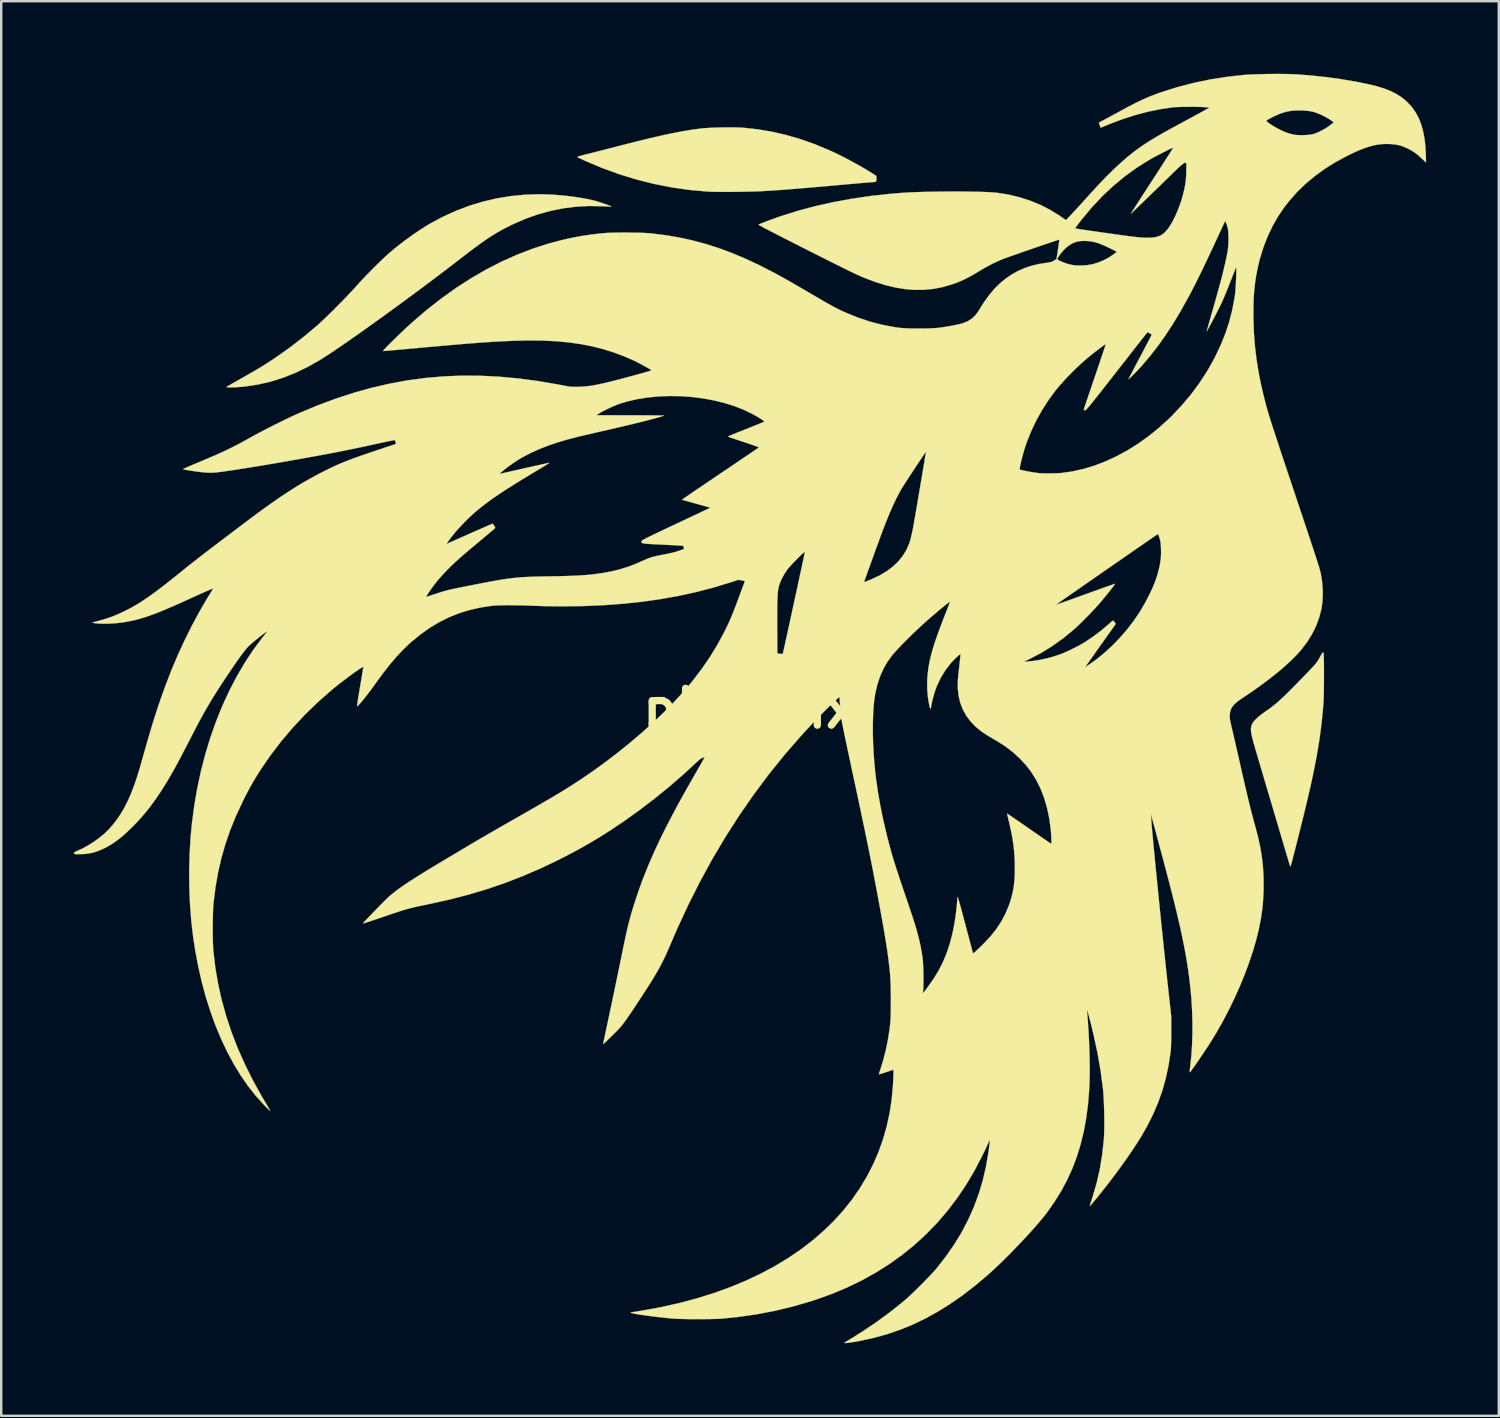
<source format=kicad_pcb>
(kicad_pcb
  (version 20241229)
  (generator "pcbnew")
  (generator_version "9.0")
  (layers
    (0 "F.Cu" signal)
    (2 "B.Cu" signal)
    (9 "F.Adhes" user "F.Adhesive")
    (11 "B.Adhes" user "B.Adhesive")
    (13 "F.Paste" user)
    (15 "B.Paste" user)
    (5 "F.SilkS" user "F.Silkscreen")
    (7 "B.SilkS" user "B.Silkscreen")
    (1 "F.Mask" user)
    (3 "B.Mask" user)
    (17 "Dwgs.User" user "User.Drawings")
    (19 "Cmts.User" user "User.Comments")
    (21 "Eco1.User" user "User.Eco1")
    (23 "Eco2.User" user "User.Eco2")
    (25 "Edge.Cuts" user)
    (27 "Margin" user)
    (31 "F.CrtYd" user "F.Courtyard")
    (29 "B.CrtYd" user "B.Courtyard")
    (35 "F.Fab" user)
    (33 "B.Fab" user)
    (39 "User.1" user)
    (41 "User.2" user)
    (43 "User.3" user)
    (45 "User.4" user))
  (footprint "phoenix"
    (layer "F.Cu")
    (at 27.925 26.223)
    (property "Reference" "phoenix" (at 0 0 0) (layer "F.SilkS") (effects (font (size 1.524 1.524) (thickness 0.3))))
    (attr through_hole)
    (fp_poly (pts (xy -0.567 -24.008) (xy -0.408 -24.003) (xy -0.278 -23.996) (xy -0.264 -23.995) (xy 0.331 -23.93) (xy 0.918 -23.831) (xy 1.5 -23.698) (xy 2.08 -23.53) (xy 2.662 -23.326) (xy 3.248 -23.084) (xy 3.428 -23.003) (xy 3.648 -22.899) (xy 3.887 -22.779) (xy 4.137 -22.648) (xy 4.387 -22.512) (xy 4.629 -22.375) (xy 4.854 -22.243) (xy 5.052 -22.12) (xy 5.071 -22.108) (xy 5.236 -22.001) (xy 5.236 -21.884) (xy 5.236 -21.836) (xy 5.233 -21.801) (xy 5.22 -21.778) (xy 5.192 -21.762) (xy 5.143 -21.752) (xy 5.068 -21.745) (xy 4.96 -21.738) (xy 4.933 -21.736) (xy 4.885 -21.732) (xy 4.801 -21.725) (xy 4.685 -21.716) (xy 4.541 -21.703) (xy 4.373 -21.689) (xy 4.184 -21.672) (xy 3.977 -21.654) (xy 3.757 -21.634) (xy 3.527 -21.614) (xy 3.361 -21.599) (xy 2.959 -21.563) (xy 2.593 -21.531) (xy 2.259 -21.503) (xy 1.954 -21.477) (xy 1.674 -21.455) (xy 1.416 -21.435) (xy 1.177 -21.417) (xy 0.953 -21.402) (xy 0.742 -21.388) (xy 0.538 -21.376) (xy 0.518 -21.375) (xy 0.384 -21.368) (xy 0.223 -21.363) (xy 0.04 -21.358) (xy -0.159 -21.354) (xy -0.368 -21.35) (xy -0.582 -21.348) (xy -0.795 -21.346) (xy -1.001 -21.345) (xy -1.195 -21.345) (xy -1.37 -21.347) (xy -1.522 -21.349) (xy -1.645 -21.353) (xy -1.71 -21.356) (xy -2.455 -21.422) (xy -3.195 -21.526) (xy -3.929 -21.669) (xy -4.655 -21.85) (xy -5.373 -22.069) (xy -6.082 -22.326) (xy -6.782 -22.62) (xy -6.965 -22.704) (xy -7.045 -22.742) (xy -7.093 -22.768) (xy -7.114 -22.786) (xy -7.112 -22.798) (xy -7.102 -22.803) (xy -7.071 -22.813) (xy -7.009 -22.83) (xy -6.923 -22.853) (xy -6.818 -22.88) (xy -6.703 -22.909) (xy -6.702 -22.91) (xy -6.606 -22.933) (xy -6.478 -22.966) (xy -6.324 -23.005) (xy -6.15 -23.049) (xy -5.962 -23.098) (xy -5.766 -23.148) (xy -5.568 -23.199) (xy -5.441 -23.232) (xy -5.004 -23.344) (xy -4.6 -23.446) (xy -4.228 -23.537) (xy -3.884 -23.618) (xy -3.565 -23.69) (xy -3.269 -23.753) (xy -2.992 -23.808) (xy -2.731 -23.856) (xy -2.484 -23.898) (xy -2.247 -23.933) (xy -2.017 -23.963) (xy -1.993 -23.966) (xy -1.871 -23.977) (xy -1.718 -23.987) (xy -1.541 -23.996) (xy -1.348 -24.002) (xy -1.146 -24.007) (xy -0.944 -24.009) (xy -0.748 -24.01) (xy -0.567 -24.008)) (stroke (width 0.01) (type solid)) (fill yes) (layer "F.SilkS"))
    (fp_poly (pts (xy 23.698 -2.319) (xy 23.707 -2.303) (xy 23.712 -2.271) (xy 23.717 -2.203) (xy 23.721 -2.106) (xy 23.724 -1.984) (xy 23.726 -1.84) (xy 23.727 -1.68) (xy 23.728 -1.507) (xy 23.728 -1.328) (xy 23.727 -1.145) (xy 23.726 -0.964) (xy 23.724 -0.789) (xy 23.721 -0.625) (xy 23.717 -0.476) (xy 23.713 -0.346) (xy 23.708 -0.241) (xy 23.704 -0.186) (xy 23.677 0.122) (xy 23.647 0.423) (xy 23.614 0.719) (xy 23.577 1.013) (xy 23.535 1.31) (xy 23.487 1.611) (xy 23.434 1.921) (xy 23.374 2.242) (xy 23.307 2.577) (xy 23.233 2.93) (xy 23.15 3.304) (xy 23.058 3.702) (xy 22.957 4.127) (xy 22.846 4.582) (xy 22.724 5.071) (xy 22.692 5.197) (xy 22.626 5.458) (xy 22.569 5.683) (xy 22.521 5.876) (xy 22.479 6.037) (xy 22.445 6.171) (xy 22.417 6.279) (xy 22.394 6.364) (xy 22.376 6.428) (xy 22.361 6.474) (xy 22.351 6.504) (xy 22.343 6.52) (xy 22.336 6.526) (xy 22.331 6.523) (xy 22.327 6.514) (xy 22.323 6.501) (xy 22.316 6.48) (xy 22.299 6.423) (xy 22.273 6.335) (xy 22.238 6.216) (xy 22.195 6.071) (xy 22.144 5.901) (xy 22.087 5.709) (xy 22.025 5.498) (xy 21.957 5.27) (xy 21.886 5.028) (xy 21.811 4.775) (xy 21.733 4.513) (xy 21.653 4.244) (xy 21.573 3.972) (xy 21.492 3.699) (xy 21.411 3.427) (xy 21.332 3.159) (xy 21.255 2.898) (xy 21.181 2.646) (xy 21.11 2.407) (xy 21.043 2.181) (xy 20.982 1.973) (xy 20.944 1.846) (xy 20.88 1.629) (xy 20.828 1.445) (xy 20.786 1.29) (xy 20.754 1.162) (xy 20.731 1.055) (xy 20.717 0.966) (xy 20.71 0.891) (xy 20.711 0.827) (xy 20.718 0.769) (xy 20.731 0.714) (xy 20.741 0.681) (xy 20.788 0.589) (xy 20.87 0.485) (xy 20.986 0.372) (xy 21.135 0.251) (xy 21.277 0.148) (xy 21.393 0.067) (xy 21.502 -0.012) (xy 21.608 -0.092) (xy 21.713 -0.177) (xy 21.82 -0.268) (xy 21.933 -0.369) (xy 22.054 -0.482) (xy 22.188 -0.611) (xy 22.336 -0.758) (xy 22.502 -0.926) (xy 22.69 -1.117) (xy 22.848 -1.28) (xy 22.988 -1.424) (xy 23.103 -1.544) (xy 23.197 -1.643) (xy 23.273 -1.724) (xy 23.334 -1.791) (xy 23.383 -1.849) (xy 23.422 -1.899) (xy 23.456 -1.947) (xy 23.487 -1.995) (xy 23.517 -2.046) (xy 23.551 -2.106) (xy 23.552 -2.108) (xy 23.606 -2.203) (xy 23.644 -2.267) (xy 23.67 -2.305) (xy 23.687 -2.321) (xy 23.698 -2.319)) (stroke (width 0.01) (type solid)) (fill yes) (layer "F.SilkS"))
    (fp_poly (pts (xy -8.301 -21.238) (xy -7.969 -21.217) (xy -7.635 -21.187) (xy -7.308 -21.149) (xy -6.995 -21.102) (xy -6.704 -21.049) (xy -6.443 -20.991) (xy -6.42 -20.985) (xy -6.341 -20.963) (xy -6.247 -20.935) (xy -6.145 -20.902) (xy -6.04 -20.867) (xy -5.94 -20.832) (xy -5.851 -20.8) (xy -5.779 -20.772) (xy -5.73 -20.751) (xy -5.711 -20.739) (xy -5.711 -20.737) (xy -5.732 -20.736) (xy -5.786 -20.737) (xy -5.867 -20.74) (xy -5.969 -20.745) (xy -6.086 -20.751) (xy -6.111 -20.752) (xy -6.642 -20.762) (xy -7.171 -20.734) (xy -7.698 -20.667) (xy -8.221 -20.562) (xy -8.738 -20.42) (xy -9.249 -20.24) (xy -9.75 -20.022) (xy -9.799 -19.999) (xy -9.964 -19.918) (xy -10.119 -19.839) (xy -10.267 -19.76) (xy -10.41 -19.68) (xy -10.553 -19.594) (xy -10.699 -19.503) (xy -10.851 -19.402) (xy -11.013 -19.29) (xy -11.188 -19.164) (xy -11.38 -19.023) (xy -11.592 -18.864) (xy -11.827 -18.684) (xy -12.075 -18.494) (xy -12.4 -18.243) (xy -12.736 -17.987) (xy -13.08 -17.727) (xy -13.429 -17.465) (xy -13.783 -17.202) (xy -14.137 -16.94) (xy -14.49 -16.68) (xy -14.84 -16.425) (xy -15.185 -16.175) (xy -15.521 -15.933) (xy -15.847 -15.701) (xy -16.16 -15.479) (xy -16.459 -15.269) (xy -16.74 -15.074) (xy -17.002 -14.895) (xy -17.242 -14.733) (xy -17.458 -14.59) (xy -17.648 -14.468) (xy -17.798 -14.376) (xy -18.285 -14.102) (xy -18.776 -13.866) (xy -19.27 -13.67) (xy -19.768 -13.512) (xy -20.269 -13.393) (xy -20.772 -13.313) (xy -21.031 -13.287) (xy -21.162 -13.278) (xy -21.286 -13.271) (xy -21.398 -13.268) (xy -21.492 -13.267) (xy -21.564 -13.27) (xy -21.608 -13.275) (xy -21.619 -13.283) (xy -21.618 -13.284) (xy -21.597 -13.297) (xy -21.547 -13.328) (xy -21.47 -13.373) (xy -21.371 -13.43) (xy -21.254 -13.496) (xy -21.124 -13.571) (xy -21.008 -13.636) (xy -20.791 -13.759) (xy -20.603 -13.867) (xy -20.439 -13.962) (xy -20.293 -14.048) (xy -20.159 -14.129) (xy -20.033 -14.207) (xy -19.909 -14.287) (xy -19.781 -14.37) (xy -19.645 -14.46) (xy -19.617 -14.479) (xy -18.994 -14.918) (xy -18.386 -15.39) (xy -17.852 -15.842) (xy -17.724 -15.957) (xy -17.576 -16.096) (xy -17.412 -16.254) (xy -17.238 -16.425) (xy -17.059 -16.604) (xy -16.879 -16.786) (xy -16.705 -16.966) (xy -16.541 -17.138) (xy -16.392 -17.297) (xy -16.265 -17.438) (xy -16.256 -17.448) (xy -16.104 -17.616) (xy -15.936 -17.797) (xy -15.756 -17.984) (xy -15.572 -18.171) (xy -15.388 -18.353) (xy -15.212 -18.524) (xy -15.047 -18.679) (xy -14.9 -18.81) (xy -14.869 -18.838) (xy -14.575 -19.082) (xy -14.265 -19.322) (xy -13.95 -19.552) (xy -13.636 -19.766) (xy -13.333 -19.958) (xy -13.198 -20.038) (xy -12.674 -20.318) (xy -12.137 -20.563) (xy -11.587 -20.771) (xy -11.027 -20.941) (xy -10.458 -21.075) (xy -9.882 -21.17) (xy -9.299 -21.228) (xy -8.711 -21.247) (xy -8.301 -21.238)) (stroke (width 0.01) (type solid)) (fill yes) (layer "F.SilkS"))
    (fp_poly (pts (xy 22.074 -26.216) (xy 22.282 -26.213) (xy 22.464 -26.207) (xy 22.562 -26.203) (xy 23.181 -26.156) (xy 23.812 -26.089) (xy 24.443 -26.002) (xy 25.062 -25.896) (xy 25.584 -25.79) (xy 25.907 -25.711) (xy 26.196 -25.623) (xy 26.454 -25.523) (xy 26.684 -25.411) (xy 26.89 -25.284) (xy 27.076 -25.141) (xy 27.207 -25.019) (xy 27.379 -24.825) (xy 27.526 -24.612) (xy 27.65 -24.377) (xy 27.75 -24.119) (xy 27.828 -23.835) (xy 27.885 -23.523) (xy 27.921 -23.181) (xy 27.934 -22.928) (xy 27.946 -22.557) (xy 27.782 -22.714) (xy 27.625 -22.855) (xy 27.476 -22.97) (xy 27.322 -23.067) (xy 27.177 -23.142) (xy 27.004 -23.217) (xy 26.838 -23.27) (xy 26.667 -23.304) (xy 26.475 -23.322) (xy 26.433 -23.324) (xy 26.233 -23.325) (xy 26.036 -23.31) (xy 25.837 -23.278) (xy 25.632 -23.227) (xy 25.414 -23.157) (xy 25.181 -23.066) (xy 24.926 -22.951) (xy 24.694 -22.838) (xy 24.215 -22.58) (xy 23.77 -22.302) (xy 23.358 -22.004) (xy 22.976 -21.686) (xy 22.624 -21.345) (xy 22.301 -20.982) (xy 22.093 -20.717) (xy 21.835 -20.337) (xy 21.603 -19.931) (xy 21.399 -19.501) (xy 21.224 -19.051) (xy 21.081 -18.585) (xy 21.033 -18.397) (xy 20.968 -18.104) (xy 20.915 -17.817) (xy 20.874 -17.53) (xy 20.843 -17.235) (xy 20.823 -16.926) (xy 20.813 -16.595) (xy 20.812 -16.235) (xy 20.814 -16.073) (xy 20.833 -15.523) (xy 20.874 -14.984) (xy 20.937 -14.449) (xy 21.023 -13.909) (xy 21.133 -13.357) (xy 21.267 -12.791) (xy 21.289 -12.706) (xy 21.31 -12.625) (xy 21.331 -12.545) (xy 21.353 -12.465) (xy 21.376 -12.382) (xy 21.401 -12.295) (xy 21.429 -12.201) (xy 21.46 -12.099) (xy 21.495 -11.986) (xy 21.534 -11.861) (xy 21.579 -11.722) (xy 21.629 -11.566) (xy 21.686 -11.392) (xy 21.75 -11.197) (xy 21.822 -10.98) (xy 21.901 -10.739) (xy 21.99 -10.471) (xy 22.089 -10.175) (xy 22.197 -9.849) (xy 22.317 -9.491) (xy 22.448 -9.098) (xy 22.508 -8.919) (xy 22.641 -8.521) (xy 22.762 -8.159) (xy 22.872 -7.83) (xy 22.971 -7.533) (xy 23.06 -7.265) (xy 23.14 -7.026) (xy 23.21 -6.813) (xy 23.273 -6.624) (xy 23.328 -6.459) (xy 23.375 -6.314) (xy 23.416 -6.188) (xy 23.451 -6.08) (xy 23.481 -5.987) (xy 23.505 -5.908) (xy 23.526 -5.842) (xy 23.542 -5.785) (xy 23.556 -5.737) (xy 23.567 -5.695) (xy 23.576 -5.659) (xy 23.584 -5.625) (xy 23.591 -5.593) (xy 23.598 -5.56) (xy 23.601 -5.546) (xy 23.647 -5.261) (xy 23.673 -4.966) (xy 23.678 -4.671) (xy 23.662 -4.388) (xy 23.625 -4.126) (xy 23.623 -4.115) (xy 23.533 -3.764) (xy 23.406 -3.42) (xy 23.242 -3.085) (xy 23.041 -2.759) (xy 22.804 -2.445) (xy 22.786 -2.423) (xy 22.597 -2.212) (xy 22.375 -1.988) (xy 22.121 -1.754) (xy 21.838 -1.512) (xy 21.528 -1.264) (xy 21.195 -1.012) (xy 20.84 -0.758) (xy 20.466 -0.503) (xy 20.373 -0.441) (xy 20.213 -0.331) (xy 20.086 -0.23) (xy 19.989 -0.134) (xy 19.919 -0.039) (xy 19.872 0.059) (xy 19.845 0.166) (xy 19.835 0.264) (xy 19.834 0.325) (xy 19.836 0.386) (xy 19.844 0.452) (xy 19.858 0.533) (xy 19.88 0.634) (xy 19.91 0.765) (xy 19.919 0.801) (xy 19.942 0.902) (xy 19.973 1.035) (xy 20.01 1.194) (xy 20.051 1.372) (xy 20.095 1.564) (xy 20.14 1.763) (xy 20.186 1.964) (xy 20.213 2.081) (xy 20.294 2.44) (xy 20.368 2.765) (xy 20.436 3.058) (xy 20.497 3.323) (xy 20.554 3.564) (xy 20.607 3.784) (xy 20.656 3.987) (xy 20.703 4.175) (xy 20.749 4.353) (xy 20.794 4.523) (xy 20.838 4.69) (xy 20.884 4.856) (xy 20.888 4.87) (xy 20.996 5.283) (xy 21.083 5.672) (xy 21.149 6.046) (xy 21.195 6.412) (xy 21.224 6.779) (xy 21.235 7.154) (xy 21.233 7.47) (xy 21.224 7.729) (xy 21.21 7.963) (xy 21.191 8.185) (xy 21.163 8.408) (xy 21.127 8.647) (xy 21.119 8.695) (xy 21.037 9.119) (xy 20.927 9.565) (xy 20.791 10.029) (xy 20.632 10.505) (xy 20.451 10.991) (xy 20.25 11.481) (xy 20.03 11.972) (xy 19.794 12.458) (xy 19.543 12.936) (xy 19.279 13.402) (xy 19.069 13.745) (xy 19.004 13.848) (xy 18.927 13.966) (xy 18.841 14.096) (xy 18.749 14.233) (xy 18.655 14.373) (xy 18.562 14.51) (xy 18.472 14.641) (xy 18.39 14.76) (xy 18.317 14.863) (xy 18.258 14.945) (xy 18.215 15.003) (xy 18.198 15.023) (xy 18.186 15.028) (xy 18.181 15.004) (xy 18.183 14.949) (xy 18.192 14.86) (xy 18.2 14.794) (xy 18.247 14.369) (xy 18.277 13.915) (xy 18.293 13.44) (xy 18.293 12.952) (xy 18.278 12.458) (xy 18.248 11.965) (xy 18.218 11.635) (xy 18.19 11.37) (xy 18.158 11.107) (xy 18.122 10.843) (xy 18.083 10.576) (xy 18.038 10.302) (xy 17.987 10.02) (xy 17.931 9.727) (xy 17.868 9.421) (xy 17.799 9.098) (xy 17.721 8.757) (xy 17.636 8.395) (xy 17.541 8.008) (xy 17.438 7.596) (xy 17.325 7.155) (xy 17.201 6.683) (xy 17.067 6.177) (xy 17.011 5.969) (xy 16.934 5.681) (xy 16.866 5.43) (xy 16.808 5.211) (xy 16.757 5.024) (xy 16.714 4.865) (xy 16.679 4.734) (xy 16.649 4.627) (xy 16.626 4.542) (xy 16.608 4.478) (xy 16.595 4.432) (xy 16.585 4.402) (xy 16.579 4.386) (xy 16.576 4.381) (xy 16.575 4.385) (xy 16.575 4.397) (xy 16.577 4.414) (xy 16.578 4.425) (xy 16.584 4.493) (xy 16.591 4.582) (xy 16.598 4.675) (xy 16.599 4.689) (xy 16.607 4.796) (xy 16.619 4.939) (xy 16.635 5.116) (xy 16.654 5.323) (xy 16.676 5.559) (xy 16.701 5.82) (xy 16.728 6.104) (xy 16.758 6.408) (xy 16.789 6.73) (xy 16.823 7.067) (xy 16.858 7.415) (xy 16.894 7.774) (xy 16.93 8.139) (xy 16.968 8.508) (xy 17.006 8.878) (xy 17.044 9.248) (xy 17.082 9.614) (xy 17.119 9.973) (xy 17.156 10.323) (xy 17.192 10.661) (xy 17.226 10.984) (xy 17.259 11.291) (xy 17.291 11.577) (xy 17.304 11.704) (xy 17.416 12.71) (xy 17.417 13.335) (xy 17.417 13.535) (xy 17.415 13.702) (xy 17.412 13.843) (xy 17.407 13.964) (xy 17.401 14.071) (xy 17.391 14.17) (xy 17.383 14.244) (xy 17.302 14.768) (xy 17.193 15.278) (xy 17.053 15.774) (xy 16.881 16.262) (xy 16.677 16.745) (xy 16.438 17.225) (xy 16.163 17.707) (xy 15.879 18.151) (xy 15.551 18.63) (xy 15.211 19.104) (xy 14.851 19.581) (xy 14.466 20.07) (xy 14.437 20.105) (xy 14.321 20.248) (xy 14.228 20.362) (xy 14.155 20.448) (xy 14.103 20.507) (xy 14.069 20.54) (xy 14.052 20.549) (xy 14.052 20.536) (xy 14.054 20.531) (xy 14.063 20.502) (xy 14.083 20.443) (xy 14.11 20.36) (xy 14.142 20.26) (xy 14.172 20.168) (xy 14.334 19.609) (xy 14.464 19.042) (xy 14.561 18.46) (xy 14.628 17.858) (xy 14.636 17.761) (xy 14.644 17.608) (xy 14.65 17.424) (xy 14.652 17.215) (xy 14.652 16.991) (xy 14.649 16.758) (xy 14.643 16.523) (xy 14.635 16.295) (xy 14.625 16.081) (xy 14.613 15.889) (xy 14.598 15.725) (xy 14.597 15.711) (xy 14.501 14.982) (xy 14.371 14.236) (xy 14.206 13.471) (xy 14.109 13.071) (xy 14.062 12.89) (xy 14.024 12.743) (xy 13.995 12.63) (xy 13.972 12.547) (xy 13.956 12.492) (xy 13.945 12.462) (xy 13.939 12.454) (xy 13.937 12.467) (xy 13.939 12.498) (xy 13.941 12.524) (xy 13.971 12.902) (xy 13.997 13.289) (xy 14.018 13.678) (xy 14.034 14.064) (xy 14.044 14.441) (xy 14.049 14.804) (xy 14.048 15.145) (xy 14.041 15.46) (xy 14.028 15.743) (xy 14.028 15.754) (xy 13.978 16.36) (xy 13.902 16.939) (xy 13.8 17.492) (xy 13.67 18.021) (xy 13.512 18.53) (xy 13.326 19.02) (xy 13.11 19.493) (xy 12.864 19.951) (xy 12.586 20.397) (xy 12.289 20.818) (xy 12.154 20.991) (xy 11.993 21.186) (xy 11.811 21.398) (xy 11.611 21.623) (xy 11.397 21.857) (xy 11.173 22.096) (xy 10.942 22.336) (xy 10.71 22.573) (xy 10.48 22.802) (xy 10.255 23.019) (xy 10.04 23.221) (xy 9.839 23.403) (xy 9.804 23.433) (xy 9.293 23.862) (xy 8.785 24.253) (xy 8.276 24.607) (xy 7.766 24.925) (xy 7.252 25.207) (xy 6.733 25.456) (xy 6.206 25.671) (xy 5.67 25.854) (xy 5.123 26.006) (xy 4.563 26.128) (xy 4.367 26.163) (xy 4.206 26.189) (xy 4.082 26.207) (xy 3.993 26.217) (xy 3.938 26.22) (xy 3.914 26.214) (xy 3.918 26.204) (xy 3.941 26.189) (xy 3.991 26.158) (xy 4.061 26.114) (xy 4.146 26.062) (xy 4.191 26.035) (xy 4.711 25.708) (xy 5.225 25.36) (xy 5.723 24.997) (xy 6.196 24.626) (xy 6.448 24.416) (xy 6.541 24.333) (xy 6.654 24.228) (xy 6.782 24.105) (xy 6.921 23.97) (xy 7.064 23.828) (xy 7.207 23.683) (xy 7.345 23.542) (xy 7.472 23.408) (xy 7.584 23.288) (xy 7.676 23.186) (xy 7.72 23.134) (xy 8.103 22.645) (xy 8.448 22.149) (xy 8.756 21.643) (xy 9.028 21.125) (xy 9.264 20.594) (xy 9.466 20.048) (xy 9.634 19.485) (xy 9.768 18.903) (xy 9.87 18.301) (xy 9.888 18.165) (xy 9.901 18.058) (xy 9.912 17.965) (xy 9.919 17.893) (xy 9.922 17.848) (xy 9.922 17.837) (xy 9.912 17.844) (xy 9.891 17.88) (xy 9.864 17.937) (xy 9.859 17.95) (xy 9.834 18.007) (xy 9.795 18.092) (xy 9.745 18.197) (xy 9.688 18.316) (xy 9.628 18.441) (xy 9.602 18.493) (xy 9.285 19.101) (xy 8.94 19.681) (xy 8.569 20.233) (xy 8.169 20.758) (xy 7.743 21.254) (xy 7.29 21.721) (xy 6.81 22.161) (xy 6.304 22.572) (xy 5.771 22.954) (xy 5.212 23.307) (xy 4.626 23.632) (xy 4.015 23.928) (xy 3.377 24.194) (xy 2.714 24.432) (xy 2.535 24.49) (xy 1.788 24.707) (xy 1.039 24.887) (xy 0.285 25.031) (xy -0.482 25.141) (xy -1.143 25.208) (xy -1.265 25.215) (xy -1.419 25.222) (xy -1.599 25.226) (xy -1.797 25.229) (xy -2.007 25.231) (xy -2.221 25.231) (xy -2.433 25.23) (xy -2.636 25.227) (xy -2.823 25.223) (xy -2.987 25.217) (xy -3.121 25.209) (xy -3.146 25.208) (xy -3.308 25.194) (xy -3.483 25.177) (xy -3.666 25.157) (xy -3.851 25.136) (xy -4.035 25.113) (xy -4.213 25.09) (xy -4.381 25.067) (xy -4.533 25.044) (xy -4.666 25.022) (xy -4.774 25.003) (xy -4.853 24.985) (xy -4.899 24.971) (xy -4.904 24.969) (xy -4.919 24.955) (xy -4.91 24.951) (xy -4.875 24.947) (xy -4.806 24.937) (xy -4.711 24.922) (xy -4.594 24.902) (xy -4.461 24.88) (xy -4.318 24.855) (xy -4.17 24.828) (xy -4.023 24.802) (xy -3.883 24.776) (xy -3.755 24.752) (xy -3.644 24.73) (xy -3.575 24.716) (xy -2.837 24.548) (xy -2.124 24.355) (xy -1.439 24.139) (xy -0.779 23.899) (xy -0.148 23.636) (xy 0.456 23.351) (xy 1.032 23.043) (xy 1.578 22.714) (xy 2.095 22.363) (xy 2.582 21.991) (xy 3.038 21.598) (xy 3.463 21.186) (xy 3.857 20.753) (xy 4.218 20.301) (xy 4.546 19.829) (xy 4.841 19.34) (xy 5.103 18.831) (xy 5.321 18.327) (xy 5.508 17.803) (xy 5.662 17.266) (xy 5.781 16.714) (xy 5.867 16.145) (xy 5.92 15.562) (xy 5.927 15.437) (xy 5.933 15.313) (xy 5.937 15.197) (xy 5.939 15.094) (xy 5.94 15.011) (xy 5.939 14.954) (xy 5.935 14.928) (xy 5.934 14.927) (xy 5.915 14.933) (xy 5.865 14.949) (xy 5.79 14.974) (xy 5.698 15.005) (xy 5.638 15.025) (xy 5.538 15.058) (xy 5.452 15.085) (xy 5.386 15.105) (xy 5.347 15.115) (xy 5.34 15.115) (xy 5.343 15.095) (xy 5.357 15.045) (xy 5.379 14.971) (xy 5.409 14.881) (xy 5.422 14.841) (xy 5.531 14.48) (xy 5.628 14.092) (xy 5.711 13.688) (xy 5.776 13.279) (xy 5.807 13.022) (xy 5.816 12.912) (xy 5.823 12.769) (xy 5.828 12.6) (xy 5.831 12.411) (xy 5.833 12.207) (xy 5.833 11.996) (xy 5.831 11.784) (xy 5.827 11.577) (xy 5.822 11.381) (xy 5.815 11.202) (xy 5.807 11.047) (xy 5.796 10.922) (xy 5.796 10.922) (xy 5.777 10.735) (xy 5.756 10.553) (xy 5.734 10.371) (xy 5.71 10.185) (xy 5.683 9.993) (xy 5.652 9.79) (xy 5.617 9.572) (xy 5.578 9.337) (xy 5.534 9.08) (xy 5.484 8.798) (xy 5.428 8.488) (xy 5.366 8.144) (xy 5.325 7.923) (xy 5.267 7.614) (xy 5.211 7.318) (xy 5.156 7.029) (xy 5.102 6.744) (xy 5.046 6.46) (xy 4.989 6.173) (xy 4.93 5.879) (xy 4.868 5.575) (xy 4.803 5.257) (xy 4.733 4.921) (xy 4.658 4.563) (xy 4.577 4.18) (xy 4.49 3.769) (xy 4.395 3.325) (xy 4.34 3.068) (xy 4.262 2.704) (xy 4.192 2.377) (xy 4.13 2.083) (xy 4.074 1.822) (xy 4.024 1.59) (xy 3.981 1.385) (xy 3.943 1.206) (xy 3.911 1.05) (xy 3.883 0.916) (xy 3.86 0.8) (xy 3.84 0.702) (xy 3.83 0.65) (xy 5.088 0.65) (xy 5.088 1.016) (xy 5.098 1.397) (xy 5.117 1.788) (xy 5.145 2.184) (xy 5.182 2.581) (xy 5.218 2.892) (xy 5.296 3.436) (xy 5.395 4.003) (xy 5.513 4.583) (xy 5.65 5.168) (xy 5.684 5.305) (xy 5.721 5.45) (xy 5.756 5.584) (xy 5.789 5.71) (xy 5.822 5.831) (xy 5.855 5.949) (xy 5.889 6.069) (xy 5.926 6.193) (xy 5.966 6.323) (xy 6.01 6.463) (xy 6.059 6.615) (xy 6.114 6.784) (xy 6.175 6.97) (xy 6.245 7.179) (xy 6.324 7.411) (xy 6.412 7.671) (xy 6.51 7.961) (xy 6.62 8.285) (xy 6.65 8.372) (xy 6.761 8.708) (xy 6.857 9.015) (xy 6.937 9.3) (xy 7.005 9.569) (xy 7.062 9.828) (xy 7.109 10.085) (xy 7.144 10.316) (xy 7.154 10.409) (xy 7.162 10.53) (xy 7.169 10.672) (xy 7.175 10.827) (xy 7.179 10.989) (xy 7.181 11.15) (xy 7.18 11.302) (xy 7.178 11.44) (xy 7.174 11.555) (xy 7.168 11.64) (xy 7.165 11.66) (xy 7.158 11.717) (xy 7.157 11.754) (xy 7.159 11.762) (xy 7.173 11.747) (xy 7.207 11.706) (xy 7.255 11.644) (xy 7.315 11.566) (xy 7.362 11.503) (xy 7.599 11.166) (xy 7.805 10.827) (xy 7.982 10.481) (xy 8.133 10.121) (xy 8.261 9.741) (xy 8.368 9.336) (xy 8.42 9.095) (xy 8.458 8.891) (xy 8.493 8.666) (xy 8.525 8.435) (xy 8.55 8.213) (xy 8.568 8.013) (xy 8.569 8.001) (xy 8.576 7.917) (xy 8.583 7.847) (xy 8.589 7.8) (xy 8.593 7.788) (xy 8.6 7.802) (xy 8.616 7.851) (xy 8.639 7.93) (xy 8.67 8.036) (xy 8.706 8.166) (xy 8.747 8.315) (xy 8.791 8.48) (xy 8.833 8.638) (xy 8.884 8.829) (xy 8.935 9.02) (xy 8.984 9.204) (xy 9.03 9.378) (xy 9.071 9.533) (xy 9.106 9.666) (xy 9.134 9.769) (xy 9.145 9.813) (xy 9.227 10.12) (xy 9.308 10.058) (xy 9.346 10.025) (xy 9.407 9.969) (xy 9.483 9.897) (xy 9.57 9.812) (xy 9.662 9.722) (xy 9.673 9.711) (xy 9.945 9.419) (xy 10.181 9.124) (xy 10.383 8.82) (xy 10.554 8.505) (xy 10.695 8.175) (xy 10.743 8.04) (xy 10.817 7.799) (xy 10.875 7.561) (xy 10.916 7.317) (xy 10.943 7.06) (xy 10.956 6.782) (xy 10.956 6.475) (xy 10.955 6.429) (xy 10.944 6.143) (xy 10.924 5.87) (xy 10.893 5.6) (xy 10.85 5.325) (xy 10.794 5.036) (xy 10.724 4.723) (xy 10.699 4.621) (xy 10.676 4.524) (xy 10.656 4.441) (xy 10.643 4.379) (xy 10.637 4.346) (xy 10.637 4.342) (xy 10.654 4.352) (xy 10.7 4.382) (xy 10.772 4.431) (xy 10.867 4.496) (xy 10.983 4.575) (xy 11.117 4.667) (xy 11.265 4.769) (xy 11.425 4.88) (xy 11.543 4.962) (xy 11.71 5.078) (xy 11.868 5.187) (xy 12.013 5.287) (xy 12.142 5.376) (xy 12.253 5.452) (xy 12.342 5.513) (xy 12.408 5.557) (xy 12.446 5.583) (xy 12.455 5.588) (xy 12.462 5.57) (xy 12.465 5.519) (xy 12.465 5.441) (xy 12.463 5.344) (xy 12.457 5.233) (xy 12.449 5.114) (xy 12.438 4.995) (xy 12.436 4.97) (xy 12.372 4.512) (xy 12.28 4.081) (xy 12.16 3.676) (xy 12.011 3.297) (xy 11.833 2.944) (xy 11.627 2.616) (xy 11.427 2.354) (xy 11.167 2.072) (xy 10.878 1.807) (xy 10.565 1.567) (xy 10.253 1.366) (xy 10.148 1.305) (xy 10.038 1.24) (xy 9.935 1.18) (xy 9.853 1.132) (xy 9.851 1.131) (xy 9.574 0.95) (xy 9.332 0.749) (xy 9.122 0.531) (xy 8.948 0.295) (xy 8.808 0.042) (xy 8.703 -0.227) (xy 8.634 -0.512) (xy 8.6 -0.811) (xy 8.597 -0.945) (xy 8.598 -1.018) (xy 8.599 -1.083) (xy 8.601 -1.147) (xy 8.605 -1.215) (xy 8.611 -1.292) (xy 8.62 -1.384) (xy 8.632 -1.497) (xy 8.647 -1.636) (xy 8.667 -1.806) (xy 8.674 -1.873) (xy 8.681 -1.933) (xy 11.323 -1.933) (xy 11.506 -1.944) (xy 11.746 -1.969) (xy 12.007 -2.012) (xy 12.278 -2.071) (xy 12.548 -2.144) (xy 12.805 -2.229) (xy 12.83 -2.238) (xy 12.96 -2.29) (xy 13.113 -2.357) (xy 13.28 -2.435) (xy 13.448 -2.519) (xy 13.609 -2.603) (xy 13.752 -2.683) (xy 13.843 -2.737) (xy 14.208 -2.982) (xy 14.558 -3.25) (xy 14.851 -3.501) (xy 14.914 -3.557) (xy 14.966 -3.601) (xy 15.001 -3.628) (xy 15.011 -3.634) (xy 15.029 -3.62) (xy 15.061 -3.584) (xy 15.075 -3.566) (xy 15.127 -3.499) (xy 14.512 -2.633) (xy 14.396 -2.47) (xy 14.287 -2.315) (xy 14.186 -2.173) (xy 14.096 -2.045) (xy 14.019 -1.936) (xy 13.957 -1.848) (xy 13.912 -1.785) (xy 13.887 -1.748) (xy 13.882 -1.741) (xy 13.875 -1.727) (xy 13.879 -1.723) (xy 13.898 -1.733) (xy 13.938 -1.758) (xy 14.003 -1.801) (xy 14.038 -1.824) (xy 14.357 -2.053) (xy 14.675 -2.316) (xy 14.989 -2.605) (xy 15.291 -2.917) (xy 15.577 -3.245) (xy 15.841 -3.584) (xy 15.852 -3.599) (xy 16.101 -3.965) (xy 16.326 -4.343) (xy 16.5 -4.679) (xy 16.597 -4.88) (xy 16.676 -5.057) (xy 16.741 -5.218) (xy 16.797 -5.373) (xy 16.846 -5.529) (xy 16.891 -5.696) (xy 16.937 -5.887) (xy 16.968 -6.056) (xy 16.988 -6.216) (xy 16.996 -6.381) (xy 16.995 -6.564) (xy 16.994 -6.593) (xy 16.989 -6.717) (xy 16.982 -6.812) (xy 16.973 -6.888) (xy 16.959 -6.957) (xy 16.939 -7.026) (xy 16.932 -7.05) (xy 16.906 -7.122) (xy 16.884 -7.176) (xy 16.867 -7.204) (xy 16.862 -7.206) (xy 16.844 -7.194) (xy 16.796 -7.162) (xy 16.721 -7.11) (xy 16.62 -7.041) (xy 16.497 -6.956) (xy 16.354 -6.857) (xy 16.192 -6.745) (xy 16.014 -6.623) (xy 15.823 -6.49) (xy 15.62 -6.35) (xy 15.409 -6.204) (xy 15.191 -6.052) (xy 14.968 -5.898) (xy 14.743 -5.742) (xy 14.518 -5.586) (xy 14.296 -5.432) (xy 14.078 -5.28) (xy 13.868 -5.134) (xy 13.666 -4.994) (xy 13.477 -4.862) (xy 13.301 -4.74) (xy 13.141 -4.629) (xy 13 -4.53) (xy 12.879 -4.446) (xy 12.782 -4.377) (xy 12.71 -4.327) (xy 12.665 -4.295) (xy 12.65 -4.284) (xy 12.669 -4.289) (xy 12.721 -4.307) (xy 12.804 -4.336) (xy 12.915 -4.376) (xy 13.05 -4.424) (xy 13.207 -4.48) (xy 13.382 -4.543) (xy 13.572 -4.612) (xy 13.776 -4.685) (xy 13.871 -4.72) (xy 14.079 -4.795) (xy 14.276 -4.866) (xy 14.459 -4.932) (xy 14.625 -4.991) (xy 14.771 -5.042) (xy 14.893 -5.085) (xy 14.99 -5.118) (xy 15.057 -5.141) (xy 15.092 -5.151) (xy 15.096 -5.152) (xy 15.088 -5.134) (xy 15.057 -5.091) (xy 15.009 -5.026) (xy 14.945 -4.944) (xy 14.87 -4.848) (xy 14.787 -4.744) (xy 14.698 -4.635) (xy 14.608 -4.526) (xy 14.52 -4.42) (xy 14.458 -4.346) (xy 14.365 -4.242) (xy 14.252 -4.118) (xy 14.123 -3.982) (xy 13.985 -3.839) (xy 13.845 -3.696) (xy 13.707 -3.559) (xy 13.579 -3.435) (xy 13.466 -3.329) (xy 13.398 -3.268) (xy 12.964 -2.91) (xy 12.513 -2.587) (xy 12.048 -2.299) (xy 11.569 -2.048) (xy 11.459 -1.996) (xy 11.323 -1.933) (xy 8.681 -1.933) (xy 8.687 -1.987) (xy 8.697 -2.087) (xy 8.704 -2.167) (xy 8.707 -2.221) (xy 8.706 -2.242) (xy 8.687 -2.235) (xy 8.646 -2.205) (xy 8.59 -2.157) (xy 8.524 -2.095) (xy 8.452 -2.025) (xy 8.382 -1.952) (xy 8.318 -1.881) (xy 8.31 -1.872) (xy 8.087 -1.583) (xy 7.898 -1.275) (xy 7.74 -0.945) (xy 7.718 -0.889) (xy 7.673 -0.765) (xy 7.626 -0.617) (xy 7.581 -0.459) (xy 7.542 -0.303) (xy 7.511 -0.164) (xy 7.502 -0.11) (xy 7.489 -0.039) (xy 7.477 0.002) (xy 7.466 0.011) (xy 7.452 -0.014) (xy 7.435 -0.074) (xy 7.414 -0.17) (xy 7.406 -0.208) (xy 7.359 -0.509) (xy 7.335 -0.825) (xy 7.334 -1.141) (xy 7.342 -1.275) (xy 7.358 -1.453) (xy 7.379 -1.628) (xy 7.407 -1.803) (xy 7.441 -1.98) (xy 7.484 -2.164) (xy 7.535 -2.358) (xy 7.597 -2.565) (xy 7.669 -2.79) (xy 7.754 -3.034) (xy 7.852 -3.302) (xy 7.963 -3.598) (xy 8.09 -3.924) (xy 8.145 -4.064) (xy 8.187 -4.171) (xy 8.223 -4.266) (xy 8.251 -4.341) (xy 8.269 -4.392) (xy 8.274 -4.413) (xy 8.274 -4.413) (xy 8.257 -4.404) (xy 8.214 -4.373) (xy 8.149 -4.323) (xy 8.067 -4.258) (xy 7.972 -4.18) (xy 7.866 -4.094) (xy 7.756 -4.001) (xy 7.644 -3.907) (xy 7.534 -3.814) (xy 7.482 -3.769) (xy 7.287 -3.596) (xy 7.086 -3.414) (xy 6.886 -3.227) (xy 6.689 -3.038) (xy 6.5 -2.852) (xy 6.323 -2.673) (xy 6.162 -2.505) (xy 6.021 -2.352) (xy 5.905 -2.219) (xy 5.862 -2.166) (xy 5.673 -1.901) (xy 5.51 -1.608) (xy 5.373 -1.29) (xy 5.264 -0.95) (xy 5.183 -0.591) (xy 5.181 -0.576) (xy 5.143 -0.315) (xy 5.115 -0.02) (xy 5.097 0.303) (xy 5.088 0.65) (xy 3.83 0.65) (xy 3.823 0.618) (xy 3.81 0.546) (xy 3.799 0.485) (xy 3.791 0.433) (xy 3.784 0.386) (xy 3.778 0.344) (xy 3.773 0.304) (xy 3.773 0.303) (xy 3.765 0.234) (xy 3.756 0.14) (xy 3.747 0.03) (xy 3.737 -0.087) (xy 3.729 -0.203) (xy 3.721 -0.309) (xy 3.715 -0.396) (xy 3.713 -0.456) (xy 3.713 -0.466) (xy 3.699 -0.465) (xy 3.662 -0.438) (xy 3.603 -0.388) (xy 3.525 -0.316) (xy 3.43 -0.226) (xy 3.32 -0.119) (xy 3.198 0.002) (xy 3.067 0.133) (xy 2.929 0.274) (xy 2.786 0.421) (xy 2.641 0.572) (xy 2.496 0.725) (xy 2.354 0.877) (xy 2.217 1.025) (xy 2.119 1.134) (xy 1.443 1.91) (xy 0.793 2.716) (xy 0.169 3.551) (xy -0.428 4.412) (xy -0.998 5.3) (xy -1.54 6.214) (xy -2.053 7.152) (xy -2.538 8.114) (xy -2.993 9.098) (xy -3.007 9.129) (xy -3.07 9.273) (xy -3.138 9.43) (xy -3.207 9.589) (xy -3.27 9.737) (xy -3.32 9.854) (xy -3.394 10.025) (xy -3.468 10.188) (xy -3.542 10.346) (xy -3.62 10.503) (xy -3.703 10.661) (xy -3.793 10.824) (xy -3.893 10.996) (xy -4.004 11.181) (xy -4.129 11.381) (xy -4.269 11.601) (xy -4.426 11.843) (xy -4.602 12.112) (xy -4.72 12.29) (xy -4.864 12.507) (xy -4.991 12.692) (xy -5.099 12.848) (xy -5.192 12.977) (xy -5.269 13.079) (xy -5.334 13.158) (xy -5.356 13.183) (xy -5.407 13.238) (xy -5.473 13.306) (xy -5.551 13.385) (xy -5.635 13.469) (xy -5.723 13.555) (xy -5.808 13.638) (xy -5.887 13.715) (xy -5.956 13.78) (xy -6.01 13.83) (xy -6.045 13.86) (xy -6.057 13.867) (xy -6.053 13.847) (xy -6.042 13.792) (xy -6.023 13.705) (xy -5.999 13.588) (xy -5.969 13.446) (xy -5.934 13.282) (xy -5.895 13.097) (xy -5.852 12.896) (xy -5.806 12.681) (xy -5.773 12.522) (xy -5.718 12.267) (xy -5.662 11.997) (xy -5.603 11.72) (xy -5.545 11.442) (xy -5.489 11.17) (xy -5.435 10.91) (xy -5.385 10.669) (xy -5.341 10.453) (xy -5.305 10.277) (xy -5.244 9.975) (xy -5.188 9.707) (xy -5.137 9.468) (xy -5.09 9.252) (xy -5.045 9.057) (xy -5.001 8.876) (xy -4.956 8.704) (xy -4.911 8.538) (xy -4.863 8.373) (xy -4.811 8.203) (xy -4.754 8.024) (xy -4.705 7.874) (xy -4.581 7.507) (xy -4.449 7.141) (xy -4.307 6.773) (xy -4.154 6.402) (xy -3.99 6.024) (xy -3.812 5.636) (xy -3.62 5.235) (xy -3.412 4.82) (xy -3.186 4.386) (xy -2.942 3.931) (xy -2.677 3.452) (xy -2.391 2.947) (xy -2.191 2.599) (xy -2.113 2.463) (xy -2.041 2.339) (xy -1.979 2.229) (xy -1.927 2.138) (xy -1.89 2.07) (xy -1.868 2.029) (xy -1.863 2.019) (xy -1.883 2.02) (xy -1.927 2.03) (xy -1.945 2.035) (xy -1.999 2.059) (xy -2.067 2.107) (xy -2.153 2.182) (xy -2.188 2.215) (xy -2.736 2.721) (xy -3.315 3.222) (xy -3.918 3.713) (xy -4.537 4.186) (xy -5.165 4.637) (xy -5.754 5.033) (xy -6.208 5.32) (xy -6.664 5.592) (xy -7.131 5.854) (xy -7.62 6.113) (xy -7.974 6.291) (xy -8.691 6.63) (xy -9.409 6.938) (xy -10.133 7.217) (xy -10.87 7.468) (xy -11.624 7.693) (xy -12.4 7.894) (xy -13.204 8.073) (xy -13.281 8.089) (xy -13.455 8.125) (xy -13.607 8.156) (xy -13.742 8.185) (xy -13.865 8.213) (xy -13.981 8.241) (xy -14.094 8.27) (xy -14.209 8.303) (xy -14.332 8.339) (xy -14.466 8.382) (xy -14.617 8.431) (xy -14.789 8.488) (xy -14.987 8.556) (xy -15.216 8.634) (xy -15.287 8.658) (xy -15.442 8.711) (xy -15.585 8.759) (xy -15.712 8.801) (xy -15.819 8.835) (xy -15.902 8.861) (xy -15.956 8.877) (xy -15.978 8.882) (xy -15.978 8.882) (xy -15.967 8.866) (xy -15.933 8.826) (xy -15.877 8.765) (xy -15.805 8.688) (xy -15.719 8.597) (xy -15.623 8.497) (xy -15.52 8.39) (xy -15.413 8.281) (xy -15.307 8.173) (xy -15.205 8.069) (xy -15.11 7.974) (xy -15.026 7.89) (xy -14.956 7.822) (xy -14.904 7.773) (xy -14.892 7.762) (xy -14.782 7.668) (xy -14.656 7.569) (xy -14.514 7.462) (xy -14.353 7.348) (xy -14.172 7.224) (xy -13.967 7.09) (xy -13.738 6.944) (xy -13.483 6.784) (xy -13.198 6.61) (xy -12.883 6.42) (xy -12.602 6.253) (xy -12.431 6.151) (xy -12.245 6.04) (xy -12.054 5.927) (xy -11.866 5.815) (xy -11.69 5.71) (xy -11.535 5.617) (xy -11.469 5.578) (xy -11.364 5.516) (xy -11.23 5.437) (xy -11.07 5.344) (xy -10.89 5.239) (xy -10.693 5.126) (xy -10.485 5.006) (xy -10.27 4.882) (xy -10.052 4.757) (xy -9.836 4.634) (xy -9.779 4.601) (xy -9.472 4.427) (xy -9.196 4.269) (xy -8.949 4.127) (xy -8.726 3.999) (xy -8.526 3.883) (xy -8.345 3.777) (xy -8.18 3.68) (xy -8.029 3.59) (xy -7.887 3.506) (xy -7.753 3.424) (xy -7.623 3.344) (xy -7.495 3.264) (xy -7.483 3.257) (xy -6.969 2.925) (xy -6.457 2.574) (xy -5.951 2.207) (xy -5.453 1.826) (xy -4.969 1.436) (xy -4.499 1.038) (xy -4.049 0.636) (xy -3.621 0.232) (xy -3.219 -0.171) (xy -2.846 -0.57) (xy -2.505 -0.962) (xy -2.339 -1.166) (xy -1.977 -1.642) (xy -1.649 -2.12) (xy -1.351 -2.605) (xy -1.079 -3.105) (xy -1.019 -3.224) (xy -0.952 -3.359) (xy -0.891 -3.487) (xy -0.833 -3.615) (xy -0.824 -3.636) (xy 1.136 -3.636) (xy 1.137 -3.351) (xy 1.143 -2.276) (xy 1.221 -2.264) (xy 1.294 -2.254) (xy 1.337 -2.252) (xy 1.36 -2.26) (xy 1.372 -2.281) (xy 1.376 -2.295) (xy 1.386 -2.34) (xy 1.404 -2.417) (xy 1.428 -2.525) (xy 1.458 -2.66) (xy 1.493 -2.819) (xy 1.532 -2.999) (xy 1.576 -3.198) (xy 1.622 -3.412) (xy 1.672 -3.638) (xy 1.723 -3.873) (xy 1.775 -4.114) (xy 1.828 -4.359) (xy 1.881 -4.604) (xy 1.934 -4.846) (xy 1.985 -5.082) (xy 2.018 -5.237) (xy 4.732 -5.237) (xy 4.738 -5.23) (xy 4.758 -5.232) (xy 4.795 -5.244) (xy 4.855 -5.267) (xy 4.943 -5.303) (xy 5.044 -5.345) (xy 5.368 -5.498) (xy 5.656 -5.669) (xy 5.911 -5.859) (xy 6.131 -6.067) (xy 6.317 -6.294) (xy 6.469 -6.54) (xy 6.587 -6.805) (xy 6.61 -6.872) (xy 6.637 -6.963) (xy 6.667 -7.082) (xy 6.7 -7.222) (xy 6.732 -7.374) (xy 6.761 -7.522) (xy 6.778 -7.617) (xy 6.799 -7.74) (xy 6.825 -7.886) (xy 6.854 -8.051) (xy 6.885 -8.234) (xy 6.919 -8.43) (xy 6.954 -8.635) (xy 6.99 -8.846) (xy 7.026 -9.061) (xy 7.062 -9.274) (xy 7.097 -9.483) (xy 7.131 -9.685) (xy 7.162 -9.871) (xy 11.152 -9.871) (xy 11.325 -9.831) (xy 11.438 -9.806) (xy 11.571 -9.781) (xy 11.709 -9.758) (xy 11.838 -9.739) (xy 11.947 -9.726) (xy 11.967 -9.724) (xy 12.059 -9.719) (xy 12.179 -9.715) (xy 12.318 -9.714) (xy 12.464 -9.715) (xy 12.607 -9.717) (xy 12.737 -9.722) (xy 12.843 -9.728) (xy 12.879 -9.731) (xy 13.332 -9.795) (xy 13.788 -9.897) (xy 14.245 -10.035) (xy 14.701 -10.209) (xy 15.153 -10.418) (xy 15.601 -10.661) (xy 16.04 -10.936) (xy 16.471 -11.243) (xy 16.89 -11.58) (xy 17.297 -11.947) (xy 17.433 -12.08) (xy 17.852 -12.523) (xy 18.241 -12.986) (xy 18.596 -13.467) (xy 18.918 -13.964) (xy 19.204 -14.476) (xy 19.235 -14.537) (xy 19.464 -15.023) (xy 19.658 -15.506) (xy 19.816 -15.989) (xy 19.941 -16.479) (xy 20.034 -16.98) (xy 20.057 -17.135) (xy 20.064 -17.205) (xy 20.072 -17.297) (xy 20.079 -17.407) (xy 20.086 -17.528) (xy 20.092 -17.655) (xy 20.098 -17.782) (xy 20.102 -17.904) (xy 20.105 -18.014) (xy 20.106 -18.107) (xy 20.105 -18.178) (xy 20.103 -18.22) (xy 20.099 -18.229) (xy 20.089 -18.209) (xy 20.067 -18.157) (xy 20.035 -18.079) (xy 19.996 -17.979) (xy 19.95 -17.864) (xy 19.913 -17.77) (xy 19.824 -17.542) (xy 19.746 -17.345) (xy 19.676 -17.172) (xy 19.612 -17.018) (xy 19.549 -16.875) (xy 19.487 -16.738) (xy 19.421 -16.601) (xy 19.349 -16.457) (xy 19.269 -16.301) (xy 19.177 -16.125) (xy 19.141 -16.056) (xy 19.075 -15.931) (xy 19.015 -15.819) (xy 18.963 -15.723) (xy 18.922 -15.648) (xy 18.895 -15.598) (xy 18.883 -15.578) (xy 18.882 -15.578) (xy 18.887 -15.597) (xy 18.901 -15.65) (xy 18.924 -15.732) (xy 18.954 -15.842) (xy 18.991 -15.973) (xy 19.034 -16.124) (xy 19.081 -16.289) (xy 19.121 -16.431) (xy 19.216 -16.763) (xy 19.3 -17.063) (xy 19.374 -17.332) (xy 19.44 -17.574) (xy 19.498 -17.794) (xy 19.55 -17.994) (xy 19.595 -18.179) (xy 19.635 -18.352) (xy 19.671 -18.516) (xy 19.705 -18.676) (xy 19.727 -18.786) (xy 19.748 -18.903) (xy 19.763 -19.005) (xy 19.773 -19.104) (xy 19.778 -19.213) (xy 19.781 -19.344) (xy 19.781 -19.402) (xy 19.78 -19.555) (xy 19.775 -19.679) (xy 19.765 -19.781) (xy 19.748 -19.87) (xy 19.722 -19.956) (xy 19.687 -20.047) (xy 19.68 -20.066) (xy 19.645 -20.147) (xy 19.403 -19.623) (xy 19.234 -19.258) (xy 19.079 -18.925) (xy 18.936 -18.621) (xy 18.805 -18.344) (xy 18.683 -18.09) (xy 18.568 -17.857) (xy 18.461 -17.64) (xy 18.358 -17.436) (xy 18.258 -17.243) (xy 18.16 -17.058) (xy 18.097 -16.94) (xy 17.792 -16.396) (xy 17.486 -15.888) (xy 17.176 -15.414) (xy 16.862 -14.972) (xy 16.54 -14.559) (xy 16.21 -14.172) (xy 16.197 -14.158) (xy 16.114 -14.066) (xy 16.027 -13.974) (xy 15.942 -13.884) (xy 15.86 -13.8) (xy 15.787 -13.727) (xy 15.726 -13.668) (xy 15.681 -13.627) (xy 15.656 -13.608) (xy 15.653 -13.61) (xy 15.663 -13.631) (xy 15.69 -13.683) (xy 15.731 -13.763) (xy 15.786 -13.868) (xy 15.852 -13.994) (xy 15.927 -14.138) (xy 16.011 -14.297) (xy 16.1 -14.467) (xy 16.134 -14.531) (xy 16.225 -14.704) (xy 16.31 -14.866) (xy 16.388 -15.015) (xy 16.457 -15.146) (xy 16.515 -15.258) (xy 16.56 -15.345) (xy 16.591 -15.406) (xy 16.606 -15.437) (xy 16.608 -15.44) (xy 16.593 -15.458) (xy 16.555 -15.485) (xy 16.509 -15.514) (xy 16.466 -15.537) (xy 16.439 -15.546) (xy 16.436 -15.545) (xy 16.422 -15.529) (xy 16.386 -15.484) (xy 16.329 -15.412) (xy 16.253 -15.316) (xy 16.159 -15.196) (xy 16.049 -15.056) (xy 15.925 -14.898) (xy 15.787 -14.723) (xy 15.639 -14.533) (xy 15.481 -14.331) (xy 15.314 -14.118) (xy 15.162 -13.923) (xy 14.96 -13.664) (xy 14.78 -13.435) (xy 14.621 -13.232) (xy 14.483 -13.056) (xy 14.362 -12.903) (xy 14.259 -12.773) (xy 14.171 -12.663) (xy 14.098 -12.572) (xy 14.037 -12.498) (xy 13.988 -12.44) (xy 13.949 -12.396) (xy 13.919 -12.364) (xy 13.896 -12.342) (xy 13.878 -12.328) (xy 13.865 -12.322) (xy 13.855 -12.321) (xy 13.853 -12.321) (xy 13.814 -12.331) (xy 13.799 -12.337) (xy 13.805 -12.356) (xy 13.822 -12.408) (xy 13.849 -12.492) (xy 13.887 -12.605) (xy 13.933 -12.742) (xy 13.987 -12.902) (xy 14.048 -13.081) (xy 14.115 -13.277) (xy 14.186 -13.487) (xy 14.254 -13.686) (xy 14.329 -13.906) (xy 14.4 -14.115) (xy 14.466 -14.31) (xy 14.526 -14.489) (xy 14.58 -14.648) (xy 14.625 -14.785) (xy 14.662 -14.896) (xy 14.688 -14.979) (xy 14.704 -15.03) (xy 14.708 -15.047) (xy 14.692 -15.042) (xy 14.649 -15.015) (xy 14.585 -14.97) (xy 14.503 -14.911) (xy 14.409 -14.84) (xy 14.306 -14.761) (xy 14.199 -14.678) (xy 14.092 -14.593) (xy 13.99 -14.51) (xy 13.932 -14.461) (xy 13.711 -14.268) (xy 13.483 -14.054) (xy 13.255 -13.828) (xy 13.035 -13.598) (xy 12.831 -13.371) (xy 12.651 -13.156) (xy 12.625 -13.123) (xy 12.341 -12.736) (xy 12.077 -12.324) (xy 11.838 -11.894) (xy 11.628 -11.452) (xy 11.45 -11.007) (xy 11.372 -10.775) (xy 11.335 -10.657) (xy 11.298 -10.525) (xy 11.261 -10.388) (xy 11.227 -10.256) (xy 11.198 -10.136) (xy 11.177 -10.036) (xy 11.165 -9.97) (xy 11.152 -9.871) (xy 7.162 -9.871) (xy 7.163 -9.875) (xy 7.192 -10.051) (xy 7.218 -10.209) (xy 7.24 -10.345) (xy 7.258 -10.456) (xy 7.271 -10.538) (xy 7.279 -10.589) (xy 7.28 -10.604) (xy 7.268 -10.59) (xy 7.238 -10.547) (xy 7.191 -10.479) (xy 7.131 -10.389) (xy 7.059 -10.283) (xy 6.979 -10.163) (xy 6.893 -10.033) (xy 6.804 -9.898) (xy 6.713 -9.76) (xy 6.624 -9.625) (xy 6.54 -9.496) (xy 6.462 -9.376) (xy 6.394 -9.27) (xy 6.337 -9.181) (xy 6.295 -9.114) (xy 6.273 -9.078) (xy 6.159 -8.873) (xy 6.044 -8.649) (xy 5.927 -8.401) (xy 5.806 -8.128) (xy 5.68 -7.825) (xy 5.548 -7.488) (xy 5.486 -7.327) (xy 5.458 -7.252) (xy 5.42 -7.149) (xy 5.374 -7.024) (xy 5.322 -6.881) (xy 5.264 -6.723) (xy 5.203 -6.555) (xy 5.14 -6.381) (xy 5.076 -6.206) (xy 5.014 -6.033) (xy 4.954 -5.867) (xy 4.898 -5.712) (xy 4.848 -5.573) (xy 4.805 -5.452) (xy 4.77 -5.356) (xy 4.746 -5.288) (xy 4.734 -5.251) (xy 4.734 -5.25) (xy 4.732 -5.237) (xy 2.018 -5.237) (xy 2.034 -5.31) (xy 2.08 -5.526) (xy 2.124 -5.727) (xy 2.163 -5.911) (xy 2.198 -6.074) (xy 2.227 -6.213) (xy 2.251 -6.326) (xy 2.268 -6.409) (xy 2.278 -6.459) (xy 2.281 -6.474) (xy 2.265 -6.468) (xy 2.228 -6.438) (xy 2.172 -6.388) (xy 2.102 -6.322) (xy 2.022 -6.243) (xy 1.937 -6.157) (xy 1.85 -6.067) (xy 1.765 -5.978) (xy 1.687 -5.893) (xy 1.62 -5.818) (xy 1.567 -5.756) (xy 1.546 -5.728) (xy 1.448 -5.582) (xy 1.357 -5.421) (xy 1.28 -5.259) (xy 1.222 -5.107) (xy 1.211 -5.07) (xy 1.194 -5.005) (xy 1.18 -4.931) (xy 1.168 -4.844) (xy 1.159 -4.741) (xy 1.151 -4.62) (xy 1.145 -4.478) (xy 1.141 -4.312) (xy 1.138 -4.118) (xy 1.136 -3.894) (xy 1.136 -3.636) (xy -0.824 -3.636) (xy -0.775 -3.748) (xy -0.716 -3.892) (xy -0.652 -4.051) (xy -0.582 -4.231) (xy -0.504 -4.438) (xy -0.429 -4.64) (xy -0.376 -4.782) (xy -0.328 -4.913) (xy -0.285 -5.028) (xy -0.249 -5.122) (xy -0.224 -5.192) (xy -0.209 -5.231) (xy -0.206 -5.238) (xy -0.206 -5.256) (xy -0.227 -5.27) (xy -0.276 -5.283) (xy -0.329 -5.293) (xy -0.465 -5.317) (xy -0.795 -5.21) (xy -1.49 -4.999) (xy -2.2 -4.814) (xy -2.926 -4.655) (xy -3.67 -4.521) (xy -4.434 -4.412) (xy -5.221 -4.328) (xy -6.033 -4.268) (xy -6.872 -4.232) (xy -7.728 -4.221) (xy -7.919 -4.221) (xy -8.129 -4.224) (xy -8.347 -4.227) (xy -8.561 -4.232) (xy -8.758 -4.238) (xy -8.929 -4.244) (xy -8.93 -4.244) (xy -9.187 -4.254) (xy -9.44 -4.261) (xy -9.685 -4.265) (xy -9.916 -4.267) (xy -10.129 -4.266) (xy -10.319 -4.262) (xy -10.482 -4.256) (xy -10.613 -4.247) (xy -10.658 -4.242) (xy -11.13 -4.17) (xy -11.58 -4.068) (xy -12.011 -3.935) (xy -12.426 -3.768) (xy -12.828 -3.568) (xy -13.219 -3.333) (xy -13.601 -3.062) (xy -13.977 -2.753) (xy -14.104 -2.64) (xy -14.352 -2.4) (xy -14.606 -2.125) (xy -14.868 -1.817) (xy -15.139 -1.472) (xy -15.418 -1.09) (xy -15.422 -1.085) (xy -15.542 -0.918) (xy -15.659 -0.759) (xy -15.771 -0.611) (xy -15.876 -0.476) (xy -15.971 -0.357) (xy -16.054 -0.257) (xy -16.124 -0.179) (xy -16.177 -0.125) (xy -16.211 -0.099) (xy -16.223 -0.098) (xy -16.222 -0.118) (xy -16.215 -0.174) (xy -16.202 -0.259) (xy -16.185 -0.371) (xy -16.164 -0.505) (xy -16.139 -0.657) (xy -16.111 -0.823) (xy -16.098 -0.899) (xy -16.069 -1.07) (xy -16.042 -1.23) (xy -16.018 -1.375) (xy -15.997 -1.499) (xy -15.981 -1.599) (xy -15.969 -1.671) (xy -15.964 -1.71) (xy -15.963 -1.716) (xy -15.978 -1.717) (xy -16.02 -1.696) (xy -16.085 -1.656) (xy -16.172 -1.599) (xy -16.275 -1.527) (xy -16.392 -1.444) (xy -16.519 -1.352) (xy -16.652 -1.252) (xy -16.789 -1.148) (xy -16.926 -1.043) (xy -17.06 -0.937) (xy -17.187 -0.835) (xy -17.252 -0.781) (xy -17.826 -0.278) (xy -18.369 0.247) (xy -18.882 0.794) (xy -19.362 1.362) (xy -19.809 1.949) (xy -20.135 2.423) (xy -20.278 2.641) (xy -20.404 2.843) (xy -20.52 3.037) (xy -20.631 3.231) (xy -20.741 3.437) (xy -20.857 3.662) (xy -20.955 3.859) (xy -21.225 4.438) (xy -21.459 5.012) (xy -21.658 5.587) (xy -21.826 6.169) (xy -21.962 6.763) (xy -22.07 7.375) (xy -22.15 8.011) (xy -22.161 8.142) (xy -22.17 8.304) (xy -22.177 8.491) (xy -22.182 8.696) (xy -22.185 8.911) (xy -22.186 9.129) (xy -22.185 9.343) (xy -22.182 9.547) (xy -22.176 9.732) (xy -22.169 9.892) (xy -22.16 10.013) (xy -22.079 10.7) (xy -21.963 11.378) (xy -21.813 12.05) (xy -21.628 12.715) (xy -21.408 13.378) (xy -21.152 14.038) (xy -20.858 14.699) (xy -20.528 15.36) (xy -20.16 16.025) (xy -20.013 16.273) (xy -19.952 16.376) (xy -19.899 16.467) (xy -19.857 16.541) (xy -19.829 16.593) (xy -19.818 16.618) (xy -19.818 16.62) (xy -19.833 16.609) (xy -19.871 16.574) (xy -19.927 16.52) (xy -19.997 16.451) (xy -20.068 16.378) (xy -20.404 16.007) (xy -20.725 15.601) (xy -21.029 15.162) (xy -21.316 14.692) (xy -21.585 14.192) (xy -21.835 13.664) (xy -22.066 13.11) (xy -22.277 12.531) (xy -22.468 11.929) (xy -22.637 11.305) (xy -22.784 10.66) (xy -22.909 9.997) (xy -22.995 9.437) (xy -23.071 8.784) (xy -23.123 8.108) (xy -23.153 7.416) (xy -23.159 6.718) (xy -23.141 6.021) (xy -23.101 5.334) (xy -23.044 4.738) (xy -22.947 3.999) (xy -22.821 3.273) (xy -22.667 2.56) (xy -22.486 1.864) (xy -22.278 1.185) (xy -22.045 0.526) (xy -21.787 -0.112) (xy -21.505 -0.726) (xy -21.199 -1.315) (xy -20.87 -1.877) (xy -20.52 -2.409) (xy -20.148 -2.911) (xy -20.042 -3.043) (xy -19.994 -3.104) (xy -19.958 -3.152) (xy -19.94 -3.18) (xy -19.939 -3.185) (xy -19.962 -3.173) (xy -20.011 -3.14) (xy -20.078 -3.09) (xy -20.161 -3.027) (xy -20.252 -2.956) (xy -20.347 -2.88) (xy -20.441 -2.804) (xy -20.529 -2.731) (xy -20.605 -2.665) (xy -20.665 -2.612) (xy -20.676 -2.602) (xy -20.737 -2.539) (xy -20.806 -2.46) (xy -20.885 -2.363) (xy -20.974 -2.247) (xy -21.075 -2.108) (xy -21.191 -1.945) (xy -21.322 -1.756) (xy -21.47 -1.537) (xy -21.637 -1.288) (xy -21.648 -1.273) (xy -21.835 -0.99) (xy -22.005 -0.726) (xy -22.162 -0.476) (xy -22.31 -0.231) (xy -22.454 0.014) (xy -22.596 0.267) (xy -22.742 0.535) (xy -22.896 0.825) (xy -23.06 1.143) (xy -23.07 1.163) (xy -23.158 1.334) (xy -23.247 1.506) (xy -23.334 1.673) (xy -23.415 1.83) (xy -23.488 1.971) (xy -23.551 2.09) (xy -23.599 2.18) (xy -23.608 2.198) (xy -23.842 2.624) (xy -24.071 3.016) (xy -24.295 3.376) (xy -24.518 3.709) (xy -24.742 4.018) (xy -24.97 4.306) (xy -25.203 4.577) (xy -25.446 4.834) (xy -25.506 4.895) (xy -25.735 5.115) (xy -25.95 5.305) (xy -26.156 5.467) (xy -26.358 5.605) (xy -26.561 5.722) (xy -26.68 5.783) (xy -26.892 5.876) (xy -27.09 5.944) (xy -27.285 5.988) (xy -27.487 6.012) (xy -27.678 6.018) (xy -27.779 6.017) (xy -27.847 6.016) (xy -27.889 6.012) (xy -27.911 6.004) (xy -27.919 5.992) (xy -27.92 5.979) (xy -27.906 5.946) (xy -27.861 5.917) (xy -27.837 5.907) (xy -27.596 5.799) (xy -27.349 5.665) (xy -27.105 5.512) (xy -26.874 5.346) (xy -26.663 5.172) (xy -26.481 4.995) (xy -26.471 4.984) (xy -26.294 4.78) (xy -26.13 4.566) (xy -25.977 4.339) (xy -25.835 4.094) (xy -25.7 3.83) (xy -25.573 3.542) (xy -25.45 3.227) (xy -25.331 2.882) (xy -25.213 2.504) (xy -25.134 2.227) (xy -25.02 1.822) (xy -24.914 1.449) (xy -24.814 1.106) (xy -24.719 0.786) (xy -24.627 0.486) (xy -24.536 0.202) (xy -24.446 -0.073) (xy -24.355 -0.341) (xy -24.261 -0.608) (xy -24.163 -0.879) (xy -24.134 -0.957) (xy -23.892 -1.584) (xy -23.628 -2.208) (xy -23.346 -2.821) (xy -23.049 -3.418) (xy -22.741 -3.991) (xy -22.425 -4.534) (xy -22.371 -4.62) (xy -13.362 -4.62) (xy -13.355 -4.612) (xy -13.34 -4.616) (xy -13.315 -4.625) (xy -13.258 -4.644) (xy -13.176 -4.671) (xy -13.075 -4.704) (xy -12.96 -4.741) (xy -12.925 -4.753) (xy -12.829 -4.784) (xy -12.746 -4.811) (xy -12.671 -4.834) (xy -12.601 -4.855) (xy -12.53 -4.875) (xy -12.454 -4.894) (xy -12.37 -4.914) (xy -12.274 -4.935) (xy -12.159 -4.959) (xy -12.024 -4.987) (xy -11.862 -5.019) (xy -11.671 -5.057) (xy -11.459 -5.099) (xy -11.15 -5.16) (xy -10.875 -5.213) (xy -10.628 -5.259) (xy -10.404 -5.299) (xy -10.199 -5.333) (xy -10.008 -5.361) (xy -9.826 -5.384) (xy -9.647 -5.403) (xy -9.468 -5.419) (xy -9.283 -5.431) (xy -9.087 -5.44) (xy -8.875 -5.448) (xy -8.643 -5.453) (xy -8.385 -5.458) (xy -8.226 -5.461) (xy -7.899 -5.466) (xy -7.607 -5.473) (xy -7.347 -5.482) (xy -7.115 -5.492) (xy -6.907 -5.504) (xy -6.718 -5.518) (xy -6.547 -5.534) (xy -6.497 -5.54) (xy -6.094 -5.594) (xy -5.721 -5.663) (xy -5.371 -5.748) (xy -5.035 -5.852) (xy -4.706 -5.976) (xy -4.455 -6.087) (xy -4.321 -6.147) (xy -4.205 -6.196) (xy -4.097 -6.235) (xy -3.987 -6.268) (xy -3.864 -6.299) (xy -3.72 -6.329) (xy -3.609 -6.351) (xy -3.448 -6.382) (xy -3.319 -6.409) (xy -3.212 -6.432) (xy -3.122 -6.455) (xy -3.039 -6.478) (xy -2.956 -6.505) (xy -2.886 -6.529) (xy -2.714 -6.59) (xy -2.727 -6.651) (xy -2.738 -6.695) (xy -2.748 -6.72) (xy -2.748 -6.72) (xy -2.768 -6.723) (xy -2.824 -6.727) (xy -2.91 -6.733) (xy -3.024 -6.739) (xy -3.16 -6.747) (xy -3.316 -6.755) (xy -3.486 -6.764) (xy -3.597 -6.769) (xy -3.805 -6.78) (xy -3.978 -6.788) (xy -4.119 -6.796) (xy -4.23 -6.804) (xy -4.315 -6.812) (xy -4.379 -6.82) (xy -4.422 -6.83) (xy -4.45 -6.841) (xy -4.466 -6.855) (xy -4.472 -6.872) (xy -4.472 -6.892) (xy -4.47 -6.913) (xy -4.465 -6.922) (xy -4.453 -6.935) (xy -4.43 -6.952) (xy -4.394 -6.974) (xy -4.344 -7.001) (xy -4.276 -7.037) (xy -4.19 -7.08) (xy -4.082 -7.133) (xy -3.95 -7.197) (xy -3.792 -7.272) (xy -3.607 -7.36) (xy -3.391 -7.462) (xy -3.143 -7.579) (xy -3.044 -7.625) (xy -2.823 -7.729) (xy -2.613 -7.828) (xy -2.417 -7.921) (xy -2.236 -8.006) (xy -2.073 -8.083) (xy -1.932 -8.15) (xy -1.814 -8.206) (xy -1.723 -8.25) (xy -1.661 -8.28) (xy -1.631 -8.295) (xy -1.628 -8.297) (xy -1.647 -8.303) (xy -1.699 -8.318) (xy -1.78 -8.341) (xy -1.884 -8.37) (xy -2.008 -8.405) (xy -2.147 -8.443) (xy -2.207 -8.46) (xy -2.351 -8.499) (xy -2.481 -8.536) (xy -2.595 -8.568) (xy -2.687 -8.594) (xy -2.752 -8.613) (xy -2.786 -8.624) (xy -2.79 -8.625) (xy -2.789 -8.628) (xy -2.781 -8.635) (xy -2.766 -8.647) (xy -2.741 -8.666) (xy -2.706 -8.691) (xy -2.657 -8.725) (xy -2.594 -8.769) (xy -2.514 -8.823) (xy -2.417 -8.89) (xy -2.301 -8.969) (xy -2.163 -9.063) (xy -2.002 -9.171) (xy -1.818 -9.297) (xy -1.607 -9.439) (xy -1.368 -9.601) (xy -1.1 -9.782) (xy -0.86 -9.944) (xy -0.663 -10.077) (xy -0.477 -10.203) (xy -0.301 -10.322) (xy -0.141 -10.431) (xy 0.003 -10.528) (xy 0.127 -10.613) (xy 0.229 -10.682) (xy 0.307 -10.736) (xy 0.358 -10.77) (xy 0.378 -10.785) (xy 0.379 -10.786) (xy 0.365 -10.795) (xy 0.318 -10.815) (xy 0.242 -10.845) (xy 0.14 -10.881) (xy 0.016 -10.924) (xy -0.124 -10.971) (xy -0.251 -11.013) (xy -0.402 -11.063) (xy -0.541 -11.109) (xy -0.663 -11.15) (xy -0.764 -11.185) (xy -0.839 -11.212) (xy -0.886 -11.229) (xy -0.899 -11.236) (xy -0.881 -11.245) (xy -0.831 -11.267) (xy -0.752 -11.301) (xy -0.648 -11.344) (xy -0.523 -11.395) (xy -0.38 -11.452) (xy -0.224 -11.514) (xy -0.147 -11.545) (xy 0.015 -11.609) (xy 0.164 -11.67) (xy 0.298 -11.724) (xy 0.413 -11.771) (xy 0.504 -11.809) (xy 0.568 -11.837) (xy 0.602 -11.853) (xy 0.606 -11.856) (xy 0.589 -11.874) (xy 0.545 -11.907) (xy 0.48 -11.952) (xy 0.399 -12.004) (xy 0.309 -12.059) (xy 0.215 -12.113) (xy 0.125 -12.164) (xy 0.117 -12.168) (xy -0.249 -12.344) (xy -0.642 -12.497) (xy -1.057 -12.626) (xy -1.491 -12.732) (xy -1.939 -12.814) (xy -2.396 -12.871) (xy -2.857 -12.904) (xy -3.319 -12.911) (xy -3.775 -12.893) (xy -4.223 -12.849) (xy -4.657 -12.779) (xy -5.072 -12.682) (xy -5.348 -12.6) (xy -5.448 -12.563) (xy -5.565 -12.516) (xy -5.693 -12.461) (xy -5.823 -12.401) (xy -5.949 -12.34) (xy -6.065 -12.282) (xy -6.162 -12.229) (xy -6.234 -12.185) (xy -6.262 -12.164) (xy -6.321 -12.115) (xy -4.925 -12.115) (xy -4.696 -12.114) (xy -4.479 -12.114) (xy -4.277 -12.113) (xy -4.093 -12.112) (xy -3.93 -12.111) (xy -3.791 -12.109) (xy -3.68 -12.108) (xy -3.6 -12.106) (xy -3.552 -12.104) (xy -3.541 -12.103) (xy -3.569 -12.089) (xy -3.632 -12.068) (xy -3.728 -12.039) (xy -3.853 -12.004) (xy -4.004 -11.963) (xy -4.179 -11.918) (xy -4.375 -11.868) (xy -4.589 -11.814) (xy -4.817 -11.758) (xy -5.058 -11.7) (xy -5.307 -11.641) (xy -5.563 -11.581) (xy -5.822 -11.521) (xy -5.875 -11.509) (xy -6.065 -11.466) (xy -6.254 -11.423) (xy -6.435 -11.381) (xy -6.604 -11.342) (xy -6.755 -11.308) (xy -6.882 -11.278) (xy -6.979 -11.255) (xy -7.015 -11.247) (xy -7.487 -11.126) (xy -7.923 -10.998) (xy -8.326 -10.862) (xy -8.7 -10.715) (xy -9.046 -10.558) (xy -9.369 -10.39) (xy -9.543 -10.288) (xy -9.657 -10.215) (xy -9.786 -10.127) (xy -9.921 -10.032) (xy -10.051 -9.935) (xy -10.168 -9.843) (xy -10.262 -9.765) (xy -10.267 -9.76) (xy -10.31 -9.721) (xy -10.325 -9.702) (xy -10.315 -9.698) (xy -10.297 -9.702) (xy -10.269 -9.708) (xy -10.206 -9.722) (xy -10.113 -9.743) (xy -9.993 -9.77) (xy -9.851 -9.802) (xy -9.689 -9.839) (xy -9.511 -9.879) (xy -9.322 -9.921) (xy -9.262 -9.935) (xy -9.072 -9.978) (xy -8.894 -10.018) (xy -8.731 -10.054) (xy -8.587 -10.086) (xy -8.466 -10.112) (xy -8.37 -10.133) (xy -8.305 -10.146) (xy -8.273 -10.152) (xy -8.27 -10.152) (xy -8.284 -10.141) (xy -8.328 -10.113) (xy -8.397 -10.07) (xy -8.486 -10.015) (xy -8.591 -9.951) (xy -8.699 -9.886) (xy -9.033 -9.686) (xy -9.336 -9.502) (xy -9.61 -9.334) (xy -9.858 -9.179) (xy -10.083 -9.035) (xy -10.289 -8.9) (xy -10.476 -8.774) (xy -10.65 -8.653) (xy -10.811 -8.536) (xy -10.964 -8.421) (xy -11.111 -8.306) (xy -11.254 -8.189) (xy -11.283 -8.165) (xy -11.461 -8.009) (xy -11.647 -7.834) (xy -11.833 -7.646) (xy -12.014 -7.452) (xy -12.182 -7.261) (xy -12.33 -7.079) (xy -12.429 -6.946) (xy -12.48 -6.873) (xy -12.51 -6.827) (xy -12.521 -6.805) (xy -12.514 -6.803) (xy -12.511 -6.805) (xy -12.49 -6.815) (xy -12.436 -6.84) (xy -12.353 -6.876) (xy -12.245 -6.924) (xy -12.115 -6.982) (xy -11.966 -7.048) (xy -11.802 -7.12) (xy -11.626 -7.198) (xy -11.558 -7.228) (xy -10.624 -7.638) (xy -10.588 -7.595) (xy -10.552 -7.544) (xy -10.529 -7.507) (xy -10.515 -7.473) (xy -10.526 -7.446) (xy -10.555 -7.419) (xy -10.586 -7.393) (xy -10.641 -7.346) (xy -10.715 -7.284) (xy -10.801 -7.212) (xy -10.886 -7.14) (xy -10.984 -7.058) (xy -11.103 -6.959) (xy -11.235 -6.848) (xy -11.371 -6.734) (xy -11.503 -6.624) (xy -11.567 -6.571) (xy -11.888 -6.298) (xy -12.176 -6.038) (xy -12.434 -5.79) (xy -12.665 -5.55) (xy -12.872 -5.316) (xy -13.056 -5.084) (xy -13.222 -4.852) (xy -13.274 -4.773) (xy -13.323 -4.696) (xy -13.352 -4.647) (xy -13.362 -4.62) (xy -22.371 -4.62) (xy -22.35 -4.655) (xy -22.29 -4.752) (xy -22.239 -4.836) (xy -22.199 -4.903) (xy -22.174 -4.947) (xy -22.166 -4.963) (xy -22.166 -4.963) (xy -22.189 -4.955) (xy -22.244 -4.932) (xy -22.329 -4.896) (xy -22.44 -4.848) (xy -22.573 -4.789) (xy -22.726 -4.721) (xy -22.895 -4.645) (xy -23.077 -4.562) (xy -23.261 -4.479) (xy -23.581 -4.334) (xy -23.871 -4.206) (xy -24.133 -4.094) (xy -24.372 -3.995) (xy -24.59 -3.91) (xy -24.792 -3.836) (xy -24.98 -3.772) (xy -25.16 -3.718) (xy -25.333 -3.671) (xy -25.504 -3.63) (xy -25.677 -3.594) (xy -25.726 -3.585) (xy -25.913 -3.555) (xy -26.111 -3.532) (xy -26.313 -3.515) (xy -26.512 -3.505) (xy -26.7 -3.503) (xy -26.87 -3.508) (xy -27.015 -3.52) (xy -27.1 -3.535) (xy -27.168 -3.55) (xy -27.08 -3.573) (xy -26.846 -3.636) (xy -26.641 -3.696) (xy -26.456 -3.757) (xy -26.283 -3.821) (xy -26.112 -3.891) (xy -25.982 -3.95) (xy -25.815 -4.029) (xy -25.653 -4.111) (xy -25.494 -4.197) (xy -25.333 -4.29) (xy -25.169 -4.391) (xy -24.998 -4.503) (xy -24.818 -4.626) (xy -24.626 -4.764) (xy -24.419 -4.919) (xy -24.194 -5.091) (xy -23.948 -5.284) (xy -23.679 -5.498) (xy -23.388 -5.734) (xy -23.265 -5.833) (xy -23.117 -5.95) (xy -22.949 -6.081) (xy -22.769 -6.222) (xy -22.583 -6.366) (xy -22.395 -6.511) (xy -22.213 -6.65) (xy -22.111 -6.728) (xy -21.935 -6.861) (xy -21.75 -7.001) (xy -21.562 -7.144) (xy -21.376 -7.284) (xy -21.2 -7.418) (xy -21.038 -7.54) (xy -20.898 -7.646) (xy -20.827 -7.7) (xy -20.428 -7.999) (xy -20.054 -8.273) (xy -19.701 -8.524) (xy -19.365 -8.755) (xy -19.044 -8.967) (xy -18.735 -9.163) (xy -18.432 -9.345) (xy -18.134 -9.515) (xy -17.837 -9.676) (xy -17.565 -9.815) (xy -17.389 -9.902) (xy -17.223 -9.982) (xy -17.062 -10.056) (xy -16.901 -10.126) (xy -16.735 -10.194) (xy -16.56 -10.263) (xy -16.37 -10.334) (xy -16.161 -10.41) (xy -15.927 -10.491) (xy -15.664 -10.58) (xy -15.478 -10.643) (xy -15.304 -10.701) (xy -15.142 -10.755) (xy -14.995 -10.804) (xy -14.867 -10.847) (xy -14.762 -10.883) (xy -14.684 -10.909) (xy -14.635 -10.925) (xy -14.621 -10.93) (xy -14.622 -10.949) (xy -14.63 -10.99) (xy -14.642 -11.038) (xy -14.653 -11.076) (xy -14.66 -11.09) (xy -14.68 -11.088) (xy -14.734 -11.079) (xy -14.818 -11.062) (xy -14.928 -11.04) (xy -15.059 -11.013) (xy -15.207 -10.981) (xy -15.367 -10.946) (xy -15.389 -10.941) (xy -15.664 -10.881) (xy -15.923 -10.825) (xy -16.17 -10.773) (xy -16.408 -10.723) (xy -16.643 -10.675) (xy -16.878 -10.627) (xy -17.118 -10.58) (xy -17.367 -10.533) (xy -17.63 -10.484) (xy -17.909 -10.432) (xy -18.211 -10.378) (xy -18.538 -10.319) (xy -18.896 -10.256) (xy -19.265 -10.191) (xy -19.551 -10.141) (xy -19.84 -10.092) (xy -20.128 -10.043) (xy -20.411 -9.997) (xy -20.686 -9.952) (xy -20.948 -9.911) (xy -21.195 -9.872) (xy -21.423 -9.838) (xy -21.628 -9.808) (xy -21.806 -9.783) (xy -21.954 -9.764) (xy -22.067 -9.751) (xy -22.086 -9.749) (xy -22.204 -9.742) (xy -22.333 -9.742) (xy -22.479 -9.749) (xy -22.647 -9.765) (xy -22.842 -9.789) (xy -23.069 -9.823) (xy -23.085 -9.825) (xy -23.209 -9.845) (xy -23.298 -9.859) (xy -23.358 -9.871) (xy -23.392 -9.88) (xy -23.405 -9.888) (xy -23.401 -9.897) (xy -23.384 -9.907) (xy -23.378 -9.91) (xy -23.346 -9.925) (xy -23.283 -9.953) (xy -23.193 -9.992) (xy -23.081 -10.04) (xy -22.953 -10.095) (xy -22.811 -10.154) (xy -22.713 -10.196) (xy -22.457 -10.304) (xy -22.231 -10.4) (xy -22.03 -10.487) (xy -21.85 -10.567) (xy -21.685 -10.643) (xy -21.53 -10.717) (xy -21.379 -10.792) (xy -21.227 -10.87) (xy -21.068 -10.953) (xy -20.898 -11.046) (xy -20.711 -11.149) (xy -20.613 -11.204) (xy -20.413 -11.313) (xy -20.19 -11.432) (xy -19.951 -11.557) (xy -19.703 -11.683) (xy -19.453 -11.808) (xy -19.21 -11.927) (xy -18.98 -12.037) (xy -18.77 -12.135) (xy -18.62 -12.202) (xy -17.863 -12.519) (xy -17.113 -12.798) (xy -16.368 -13.042) (xy -15.626 -13.249) (xy -14.885 -13.42) (xy -14.143 -13.556) (xy -13.398 -13.657) (xy -12.647 -13.722) (xy -11.889 -13.753) (xy -11.122 -13.748) (xy -10.343 -13.709) (xy -9.551 -13.636) (xy -8.743 -13.529) (xy -7.918 -13.388) (xy -7.78 -13.362) (xy -7.644 -13.335) (xy -7.537 -13.316) (xy -7.451 -13.302) (xy -7.377 -13.294) (xy -7.305 -13.289) (xy -7.227 -13.289) (xy -7.134 -13.29) (xy -7.053 -13.293) (xy -6.934 -13.297) (xy -6.816 -13.306) (xy -6.696 -13.317) (xy -6.571 -13.334) (xy -6.437 -13.355) (xy -6.291 -13.383) (xy -6.129 -13.417) (xy -5.948 -13.458) (xy -5.745 -13.508) (xy -5.516 -13.566) (xy -5.258 -13.633) (xy -4.967 -13.711) (xy -4.822 -13.75) (xy -4.622 -13.805) (xy -4.457 -13.85) (xy -4.325 -13.888) (xy -4.223 -13.918) (xy -4.149 -13.941) (xy -4.101 -13.959) (xy -4.074 -13.973) (xy -4.068 -13.981) (xy -4.069 -13.983) (xy -4.099 -14.004) (xy -4.157 -14.04) (xy -4.237 -14.086) (xy -4.332 -14.139) (xy -4.436 -14.195) (xy -4.542 -14.252) (xy -4.643 -14.305) (xy -4.733 -14.35) (xy -4.787 -14.376) (xy -5.208 -14.559) (xy -5.635 -14.718) (xy -6.073 -14.854) (xy -6.523 -14.967) (xy -6.99 -15.057) (xy -7.476 -15.126) (xy -7.984 -15.174) (xy -8.517 -15.2) (xy -9.079 -15.207) (xy -9.522 -15.199) (xy -9.726 -15.193) (xy -9.927 -15.185) (xy -10.127 -15.176) (xy -10.331 -15.166) (xy -10.54 -15.155) (xy -10.758 -15.141) (xy -10.989 -15.126) (xy -11.235 -15.108) (xy -11.5 -15.087) (xy -11.787 -15.064) (xy -12.099 -15.038) (xy -12.439 -15.009) (xy -12.811 -14.976) (xy -13.217 -14.94) (xy -13.355 -14.927) (xy -13.597 -14.905) (xy -13.831 -14.884) (xy -14.054 -14.864) (xy -14.261 -14.845) (xy -14.45 -14.828) (xy -14.617 -14.813) (xy -14.759 -14.801) (xy -14.873 -14.79) (xy -14.955 -14.783) (xy -15.001 -14.779) (xy -15.004 -14.779) (xy -15.149 -14.766) (xy -15.108 -14.823) (xy -15.078 -14.858) (xy -15.024 -14.916) (xy -14.948 -14.994) (xy -14.855 -15.087) (xy -14.749 -15.192) (xy -14.632 -15.306) (xy -14.51 -15.425) (xy -14.385 -15.544) (xy -14.262 -15.661) (xy -14.144 -15.772) (xy -14.034 -15.873) (xy -13.938 -15.96) (xy -13.93 -15.967) (xy -13.335 -16.476) (xy -12.731 -16.948) (xy -12.12 -17.384) (xy -11.502 -17.782) (xy -10.878 -18.142) (xy -10.247 -18.465) (xy -9.611 -18.75) (xy -8.969 -18.997) (xy -8.323 -19.205) (xy -7.851 -19.332) (xy -7.521 -19.41) (xy -7.208 -19.475) (xy -6.9 -19.53) (xy -6.585 -19.577) (xy -6.25 -19.617) (xy -6.028 -19.64) (xy -5.905 -19.649) (xy -5.75 -19.656) (xy -5.57 -19.661) (xy -5.372 -19.664) (xy -5.164 -19.665) (xy -4.951 -19.663) (xy -4.74 -19.66) (xy -4.54 -19.656) (xy -4.357 -19.649) (xy -4.197 -19.64) (xy -4.069 -19.63) (xy -4.064 -19.629) (xy -3.489 -19.558) (xy -2.929 -19.464) (xy -2.378 -19.344) (xy -1.834 -19.199) (xy -1.291 -19.027) (xy -0.746 -18.825) (xy -0.194 -18.594) (xy 0.368 -18.332) (xy 0.945 -18.037) (xy 1.006 -18.004) (xy 1.172 -17.915) (xy 1.344 -17.82) (xy 1.527 -17.717) (xy 1.725 -17.605) (xy 1.942 -17.48) (xy 2.181 -17.341) (xy 2.447 -17.186) (xy 2.667 -17.057) (xy 2.883 -16.93) (xy 3.071 -16.821) (xy 3.235 -16.728) (xy 3.379 -16.648) (xy 3.509 -16.578) (xy 3.63 -16.516) (xy 3.745 -16.459) (xy 3.86 -16.405) (xy 3.976 -16.353) (xy 4.478 -16.149) (xy 4.98 -15.982) (xy 5.485 -15.852) (xy 6 -15.755) (xy 6.145 -15.735) (xy 6.277 -15.721) (xy 6.441 -15.71) (xy 6.627 -15.703) (xy 6.828 -15.699) (xy 7.035 -15.698) (xy 7.241 -15.7) (xy 7.438 -15.705) (xy 7.617 -15.714) (xy 7.77 -15.725) (xy 7.854 -15.735) (xy 8.004 -15.756) (xy 8.161 -15.782) (xy 8.319 -15.81) (xy 8.47 -15.839) (xy 8.606 -15.868) (xy 8.721 -15.895) (xy 8.807 -15.919) (xy 8.822 -15.924) (xy 9.015 -16.005) (xy 9.178 -16.108) (xy 9.316 -16.236) (xy 9.436 -16.394) (xy 9.469 -16.448) (xy 9.676 -16.779) (xy 9.888 -17.074) (xy 10.108 -17.335) (xy 10.338 -17.565) (xy 10.582 -17.766) (xy 10.84 -17.941) (xy 11.087 -18.077) (xy 11.356 -18.196) (xy 11.645 -18.292) (xy 11.959 -18.366) (xy 12.255 -18.413) (xy 12.359 -18.428) (xy 12.435 -18.445) (xy 12.496 -18.465) (xy 12.551 -18.493) (xy 12.568 -18.503) (xy 12.622 -18.537) (xy 12.655 -18.557) (xy 12.712 -18.557) (xy 12.712 -18.557) (xy 12.74 -18.535) (xy 12.795 -18.505) (xy 12.871 -18.47) (xy 12.959 -18.434) (xy 13.05 -18.4) (xy 13.136 -18.372) (xy 13.157 -18.366) (xy 13.311 -18.329) (xy 13.463 -18.308) (xy 13.623 -18.301) (xy 13.802 -18.307) (xy 13.946 -18.319) (xy 14.161 -18.356) (xy 14.388 -18.423) (xy 14.616 -18.516) (xy 14.836 -18.632) (xy 15.03 -18.761) (xy 15.09 -18.806) (xy 15.136 -18.842) (xy 15.16 -18.862) (xy 15.162 -18.864) (xy 15.145 -18.878) (xy 15.1 -18.905) (xy 15.033 -18.941) (xy 14.95 -18.983) (xy 14.859 -19.029) (xy 14.767 -19.073) (xy 14.679 -19.114) (xy 14.625 -19.137) (xy 14.454 -19.206) (xy 14.303 -19.256) (xy 14.162 -19.289) (xy 14.018 -19.309) (xy 13.892 -19.318) (xy 13.693 -19.316) (xy 13.518 -19.288) (xy 13.36 -19.233) (xy 13.211 -19.147) (xy 13.063 -19.028) (xy 13.036 -19.003) (xy 12.97 -18.935) (xy 12.903 -18.859) (xy 12.839 -18.779) (xy 12.784 -18.703) (xy 12.741 -18.636) (xy 12.716 -18.586) (xy 12.712 -18.557) (xy 12.655 -18.557) (xy 12.661 -18.561) (xy 12.675 -18.57) (xy 12.679 -18.59) (xy 12.688 -18.641) (xy 12.7 -18.717) (xy 12.715 -18.81) (xy 12.73 -18.914) (xy 12.746 -19.022) (xy 12.761 -19.126) (xy 12.775 -19.22) (xy 12.785 -19.297) (xy 12.792 -19.35) (xy 12.793 -19.371) (xy 12.793 -19.372) (xy 12.773 -19.367) (xy 12.719 -19.351) (xy 12.636 -19.324) (xy 12.528 -19.288) (xy 12.398 -19.244) (xy 12.249 -19.194) (xy 12.087 -19.139) (xy 11.913 -19.08) (xy 11.733 -19.018) (xy 11.551 -18.955) (xy 11.368 -18.892) (xy 11.19 -18.83) (xy 11.021 -18.77) (xy 10.863 -18.715) (xy 10.722 -18.665) (xy 10.6 -18.621) (xy 10.501 -18.585) (xy 10.429 -18.558) (xy 10.394 -18.544) (xy 10.012 -18.368) (xy 9.66 -18.178) (xy 9.514 -18.09) (xy 9.285 -17.951) (xy 9.075 -17.833) (xy 8.877 -17.732) (xy 8.682 -17.645) (xy 8.481 -17.566) (xy 8.333 -17.515) (xy 7.965 -17.409) (xy 7.592 -17.337) (xy 7.214 -17.3) (xy 6.829 -17.296) (xy 6.435 -17.326) (xy 6.031 -17.391) (xy 5.614 -17.491) (xy 5.183 -17.625) (xy 4.736 -17.794) (xy 4.694 -17.812) (xy 4.624 -17.841) (xy 4.543 -17.877) (xy 4.449 -17.92) (xy 4.342 -17.97) (xy 4.218 -18.029) (xy 4.077 -18.098) (xy 3.917 -18.176) (xy 3.736 -18.266) (xy 3.532 -18.367) (xy 3.304 -18.481) (xy 3.05 -18.608) (xy 2.769 -18.75) (xy 2.458 -18.907) (xy 2.116 -19.08) (xy 1.741 -19.27) (xy 1.646 -19.319) (xy 1.437 -19.425) (xy 1.239 -19.526) (xy 1.055 -19.621) (xy 0.887 -19.708) (xy 0.737 -19.786) (xy 0.633 -19.841) (xy 13.441 -19.841) (xy 13.496 -19.827) (xy 13.527 -19.821) (xy 13.592 -19.81) (xy 13.688 -19.796) (xy 13.811 -19.777) (xy 13.955 -19.756) (xy 14.118 -19.732) (xy 14.295 -19.707) (xy 14.481 -19.68) (xy 14.674 -19.653) (xy 14.868 -19.626) (xy 15.059 -19.599) (xy 15.244 -19.573) (xy 15.419 -19.549) (xy 15.578 -19.528) (xy 15.719 -19.509) (xy 15.836 -19.494) (xy 15.865 -19.49) (xy 16.096 -19.465) (xy 16.308 -19.452) (xy 16.497 -19.45) (xy 16.658 -19.459) (xy 16.787 -19.479) (xy 16.813 -19.486) (xy 16.936 -19.528) (xy 17.041 -19.583) (xy 17.137 -19.658) (xy 17.231 -19.759) (xy 17.294 -19.838) (xy 17.39 -19.98) (xy 17.488 -20.153) (xy 17.585 -20.349) (xy 17.679 -20.563) (xy 17.765 -20.785) (xy 17.842 -21.01) (xy 17.904 -21.228) (xy 17.908 -21.243) (xy 17.96 -21.465) (xy 17.998 -21.663) (xy 18.022 -21.849) (xy 18.035 -22.036) (xy 18.039 -22.205) (xy 18.04 -22.289) (xy 18.042 -22.362) (xy 18.043 -22.426) (xy 18.041 -22.477) (xy 18.036 -22.516) (xy 18.024 -22.541) (xy 18.004 -22.552) (xy 17.974 -22.547) (xy 17.933 -22.525) (xy 17.878 -22.485) (xy 17.808 -22.426) (xy 17.721 -22.348) (xy 17.616 -22.248) (xy 17.489 -22.126) (xy 17.34 -21.981) (xy 17.167 -21.812) (xy 16.968 -21.618) (xy 16.881 -21.533) (xy 16.706 -21.364) (xy 16.54 -21.202) (xy 16.383 -21.051) (xy 16.24 -20.912) (xy 16.11 -20.787) (xy 15.997 -20.679) (xy 15.903 -20.589) (xy 15.83 -20.519) (xy 15.78 -20.472) (xy 15.754 -20.449) (xy 15.752 -20.447) (xy 15.761 -20.464) (xy 15.79 -20.511) (xy 15.838 -20.586) (xy 15.902 -20.687) (xy 15.981 -20.81) (xy 16.074 -20.954) (xy 16.179 -21.117) (xy 16.294 -21.295) (xy 16.418 -21.486) (xy 16.549 -21.689) (xy 16.626 -21.806) (xy 16.761 -22.014) (xy 16.889 -22.212) (xy 17.009 -22.398) (xy 17.12 -22.57) (xy 17.219 -22.725) (xy 17.306 -22.86) (xy 17.379 -22.975) (xy 17.435 -23.065) (xy 17.475 -23.128) (xy 17.495 -23.163) (xy 17.498 -23.168) (xy 17.477 -23.164) (xy 17.427 -23.143) (xy 17.353 -23.109) (xy 17.26 -23.064) (xy 17.153 -23.01) (xy 17.036 -22.951) (xy 16.915 -22.889) (xy 16.796 -22.826) (xy 16.682 -22.765) (xy 16.579 -22.708) (xy 16.5 -22.663) (xy 15.993 -22.344) (xy 15.505 -21.991) (xy 15.036 -21.604) (xy 14.587 -21.184) (xy 14.158 -20.73) (xy 13.75 -20.244) (xy 13.589 -20.037) (xy 13.441 -19.841) (xy 0.633 -19.841) (xy 0.609 -19.854) (xy 0.506 -19.909) (xy 0.429 -19.951) (xy 0.381 -19.979) (xy 0.366 -19.99) (xy 0.366 -19.99) (xy 0.392 -20.005) (xy 0.449 -20.03) (xy 0.533 -20.064) (xy 0.637 -20.105) (xy 0.758 -20.151) (xy 0.889 -20.199) (xy 1.025 -20.249) (xy 1.161 -20.297) (xy 1.277 -20.338) (xy 1.967 -20.556) (xy 2.686 -20.75) (xy 3.43 -20.917) (xy 4.199 -21.059) (xy 4.989 -21.175) (xy 5.8 -21.264) (xy 6.327 -21.307) (xy 6.523 -21.319) (xy 6.744 -21.329) (xy 6.986 -21.338) (xy 7.245 -21.346) (xy 7.517 -21.351) (xy 7.797 -21.356) (xy 8.082 -21.359) (xy 8.368 -21.36) (xy 8.65 -21.359) (xy 8.923 -21.358) (xy 9.185 -21.354) (xy 9.43 -21.349) (xy 9.655 -21.343) (xy 9.856 -21.335) (xy 10.027 -21.325) (xy 10.166 -21.314) (xy 10.219 -21.309) (xy 10.692 -21.233) (xy 11.15 -21.123) (xy 11.592 -20.981) (xy 12.015 -20.807) (xy 12.417 -20.602) (xy 12.796 -20.367) (xy 12.92 -20.279) (xy 12.983 -20.235) (xy 13.033 -20.202) (xy 13.063 -20.185) (xy 13.067 -20.183) (xy 13.085 -20.197) (xy 13.126 -20.239) (xy 13.19 -20.306) (xy 13.276 -20.397) (xy 13.38 -20.509) (xy 13.502 -20.641) (xy 13.64 -20.791) (xy 13.791 -20.958) (xy 13.956 -21.139) (xy 14.107 -21.307) (xy 14.429 -21.656) (xy 14.74 -21.979) (xy 15.038 -22.274) (xy 15.322 -22.539) (xy 15.591 -22.774) (xy 15.842 -22.977) (xy 15.895 -23.017) (xy 16.026 -23.114) (xy 16.156 -23.207) (xy 16.29 -23.298) (xy 16.43 -23.389) (xy 16.579 -23.483) (xy 16.742 -23.582) (xy 16.922 -23.687) (xy 17.121 -23.801) (xy 17.345 -23.925) (xy 17.596 -24.063) (xy 17.878 -24.215) (xy 17.933 -24.245) (xy 18.011 -24.287) (xy 21.349 -24.287) (xy 21.355 -24.268) (xy 21.39 -24.234) (xy 21.449 -24.188) (xy 21.527 -24.134) (xy 21.619 -24.075) (xy 21.72 -24.016) (xy 21.824 -23.958) (xy 21.864 -23.937) (xy 22.035 -23.855) (xy 22.188 -23.792) (xy 22.337 -23.744) (xy 22.481 -23.71) (xy 22.581 -23.696) (xy 22.707 -23.689) (xy 22.848 -23.688) (xy 22.99 -23.694) (xy 23.124 -23.705) (xy 23.235 -23.721) (xy 23.27 -23.729) (xy 23.384 -23.766) (xy 23.517 -23.823) (xy 23.657 -23.893) (xy 23.794 -23.97) (xy 23.916 -24.049) (xy 23.979 -24.096) (xy 24.132 -24.218) (xy 24.081 -24.259) (xy 24.01 -24.309) (xy 23.915 -24.369) (xy 23.806 -24.432) (xy 23.695 -24.491) (xy 23.593 -24.54) (xy 23.571 -24.55) (xy 23.429 -24.607) (xy 23.299 -24.649) (xy 23.17 -24.678) (xy 23.03 -24.697) (xy 22.867 -24.708) (xy 22.792 -24.711) (xy 22.577 -24.711) (xy 22.387 -24.696) (xy 22.209 -24.665) (xy 22.03 -24.616) (xy 21.873 -24.559) (xy 21.787 -24.522) (xy 21.69 -24.478) (xy 21.591 -24.429) (xy 21.499 -24.381) (xy 21.422 -24.337) (xy 21.367 -24.302) (xy 21.349 -24.287) (xy 18.011 -24.287) (xy 18.098 -24.334) (xy 18.257 -24.42) (xy 18.407 -24.501) (xy 18.543 -24.575) (xy 18.66 -24.638) (xy 18.754 -24.689) (xy 18.82 -24.726) (xy 18.842 -24.738) (xy 18.996 -24.824) (xy 18.871 -24.841) (xy 18.799 -24.847) (xy 18.694 -24.853) (xy 18.564 -24.856) (xy 18.417 -24.859) (xy 18.258 -24.86) (xy 18.095 -24.859) (xy 17.935 -24.857) (xy 17.785 -24.854) (xy 17.652 -24.849) (xy 17.543 -24.843) (xy 17.477 -24.837) (xy 16.974 -24.764) (xy 16.466 -24.66) (xy 15.951 -24.525) (xy 15.426 -24.357) (xy 14.887 -24.155) (xy 14.573 -24.025) (xy 14.502 -23.995) (xy 14.466 -24.087) (xy 14.444 -24.142) (xy 14.428 -24.181) (xy 14.424 -24.191) (xy 14.437 -24.204) (xy 14.478 -24.231) (xy 14.538 -24.265) (xy 14.56 -24.277) (xy 14.615 -24.306) (xy 14.698 -24.35) (xy 14.803 -24.407) (xy 14.924 -24.473) (xy 15.057 -24.545) (xy 15.194 -24.619) (xy 15.212 -24.629) (xy 15.467 -24.768) (xy 15.693 -24.888) (xy 15.897 -24.993) (xy 16.082 -25.085) (xy 16.255 -25.166) (xy 16.421 -25.239) (xy 16.583 -25.307) (xy 16.749 -25.371) (xy 16.923 -25.434) (xy 17.01 -25.464) (xy 17.664 -25.671) (xy 18.334 -25.846) (xy 19.02 -25.989) (xy 19.727 -26.1) (xy 20.379 -26.173) (xy 20.528 -26.184) (xy 20.71 -26.194) (xy 20.916 -26.203) (xy 21.141 -26.209) (xy 21.376 -26.214) (xy 21.614 -26.217) (xy 21.85 -26.218) (xy 22.074 -26.216)) (stroke (width 0.01) (type solid)) (fill yes) (layer "F.SilkS")))
  (gr_rect
    (start -3 -3)
    (end 58.876 55.447)
    (stroke (width 0.1) (type default))
    (fill no)
    (layer "Edge.Cuts")))
</source>
